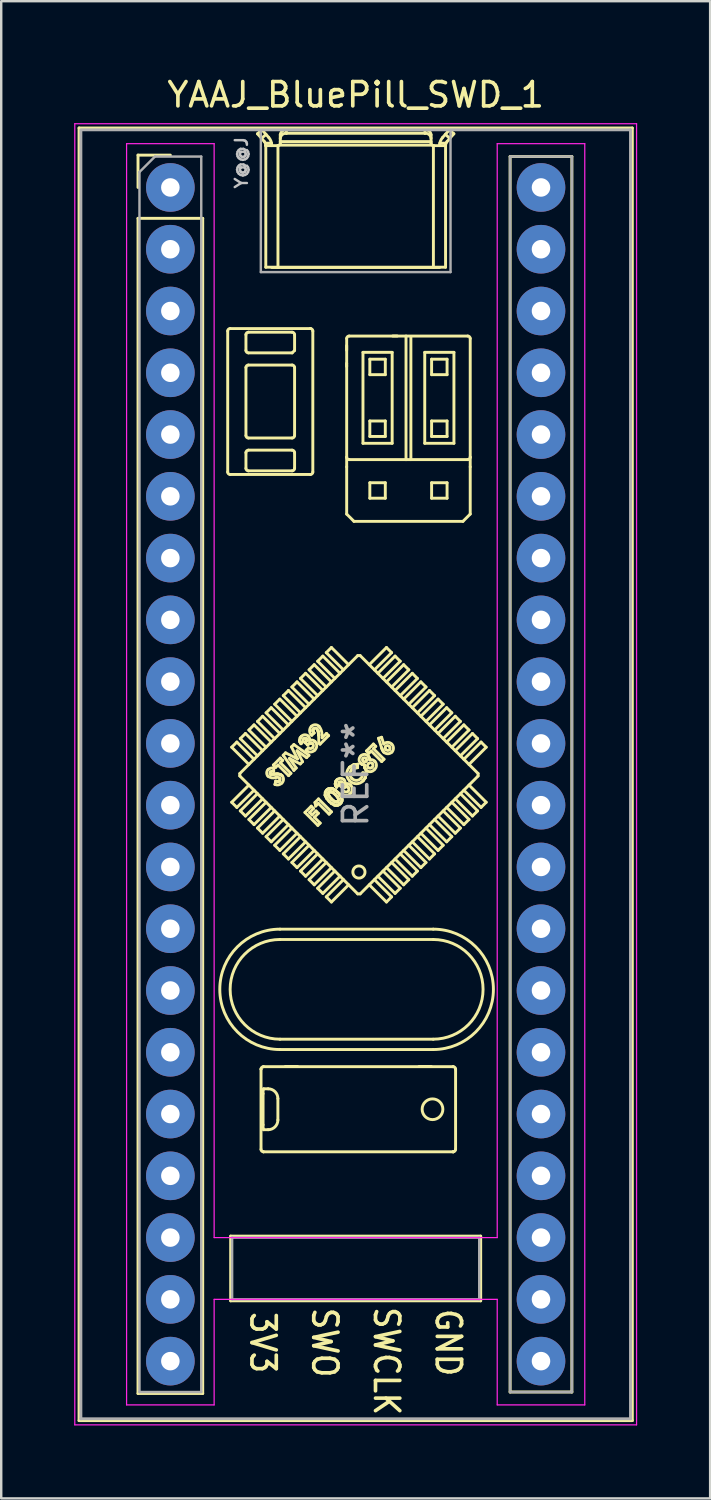
<source format=kicad_pcb>
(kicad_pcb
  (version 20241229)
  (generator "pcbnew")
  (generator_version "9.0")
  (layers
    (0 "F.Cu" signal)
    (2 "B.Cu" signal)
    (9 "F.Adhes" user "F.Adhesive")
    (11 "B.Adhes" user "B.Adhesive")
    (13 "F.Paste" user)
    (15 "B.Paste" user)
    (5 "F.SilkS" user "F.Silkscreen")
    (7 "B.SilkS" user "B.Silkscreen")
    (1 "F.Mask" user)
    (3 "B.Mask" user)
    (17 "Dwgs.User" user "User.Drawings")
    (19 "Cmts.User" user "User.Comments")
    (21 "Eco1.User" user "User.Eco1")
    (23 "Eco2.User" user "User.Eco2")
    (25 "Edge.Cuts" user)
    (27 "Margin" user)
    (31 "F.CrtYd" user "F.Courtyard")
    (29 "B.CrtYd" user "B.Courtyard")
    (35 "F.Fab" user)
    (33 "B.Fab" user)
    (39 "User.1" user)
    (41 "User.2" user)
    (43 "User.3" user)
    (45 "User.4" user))
  (footprint "YAAJ_BluePill_SWD_1"
    (layer "F.Cu")
    (at 3.955 4.658)
    (property "Reference" "YAAJ_BluePill_SWD_1" (at 7.62 -3.81 0) (layer "F.SilkS") (effects (font (size 1 1) (thickness 0.15))))
    (attr through_hole)
    (fp_line (start -3.755 -2.445) (end 18.995 -2.445) (stroke (width 0.12) (type solid)) (layer "F.SilkS"))
    (fp_line (start -3.755 50.705) (end -3.755 -2.445) (stroke (width 0.12) (type solid)) (layer "F.SilkS"))
    (fp_line (start -1.33 -1.33) (end 0 -1.33) (stroke (width 0.12) (type solid)) (layer "F.SilkS"))
    (fp_line (start -1.33 0) (end -1.33 -1.33) (stroke (width 0.12) (type solid)) (layer "F.SilkS"))
    (fp_line (start -1.33 1.27) (end 1.33 1.27) (stroke (width 0.12) (type solid)) (layer "F.SilkS"))
    (fp_line (start -1.33 49.59) (end -1.33 1.27) (stroke (width 0.12) (type solid)) (layer "F.SilkS"))
    (fp_line (start 1.33 1.27) (end 1.33 49.59) (stroke (width 0.12) (type solid)) (layer "F.SilkS"))
    (fp_line (start 1.33 49.59) (end -1.33 49.59) (stroke (width 0.12) (type solid)) (layer "F.SilkS"))
    (fp_line (start 2.358 5.902) (end 2.358 11.702) (stroke (width 0.12) (type solid)) (layer "F.SilkS"))
    (fp_line (start 2.458 11.802) (end 5.758 11.802) (stroke (width 0.12) (type solid)) (layer "F.SilkS"))
    (fp_line (start 2.48 43.12) (end 2.48 45.78) (stroke (width 0.12) (type solid)) (layer "F.SilkS"))
    (fp_line (start 2.48 45.78) (end 12.76 45.78) (stroke (width 0.12) (type solid)) (layer "F.SilkS"))
    (fp_line (start 2.522 23.017) (end 3.229 23.724) (stroke (width 0.12) (type solid)) (layer "F.SilkS"))
    (fp_line (start 2.522 25.28) (end 3.229 24.573) (stroke (width 0.12) (type solid)) (layer "F.SilkS"))
    (fp_line (start 2.734 22.805) (end 2.522 23.017) (stroke (width 0.12) (type solid)) (layer "F.SilkS"))
    (fp_line (start 2.734 22.805) (end 3.441 23.512) (stroke (width 0.12) (type solid)) (layer "F.SilkS"))
    (fp_line (start 2.734 25.492) (end 2.522 25.28) (stroke (width 0.12) (type solid)) (layer "F.SilkS"))
    (fp_line (start 2.734 25.492) (end 3.441 24.785) (stroke (width 0.12) (type solid)) (layer "F.SilkS"))
    (fp_line (start 2.855 24.199) (end 2.855 24.099) (stroke (width 0.12) (type solid)) (layer "F.SilkS"))
    (fp_line (start 2.855 24.199) (end 7.704 29.048) (stroke (width 0.12) (type solid)) (layer "F.SilkS"))
    (fp_line (start 2.875 22.664) (end 3.583 23.371) (stroke (width 0.12) (type solid)) (layer "F.SilkS"))
    (fp_line (start 2.875 25.634) (end 3.583 24.926) (stroke (width 0.12) (type solid)) (layer "F.SilkS"))
    (fp_line (start 3.088 22.452) (end 2.875 22.664) (stroke (width 0.12) (type solid)) (layer "F.SilkS"))
    (fp_line (start 3.088 22.452) (end 3.795 23.159) (stroke (width 0.12) (type solid)) (layer "F.SilkS"))
    (fp_line (start 3.088 25.846) (end 2.875 25.634) (stroke (width 0.12) (type solid)) (layer "F.SilkS"))
    (fp_line (start 3.088 25.846) (end 3.795 25.139) (stroke (width 0.12) (type solid)) (layer "F.SilkS"))
    (fp_line (start 3.108 6.702) (end 3.108 6.052) (stroke (width 0.12) (type solid)) (layer "F.SilkS"))
    (fp_line (start 3.108 10.202) (end 3.108 7.402) (stroke (width 0.12) (type solid)) (layer "F.SilkS"))
    (fp_line (start 3.108 11.552) (end 3.108 10.902) (stroke (width 0.12) (type solid)) (layer "F.SilkS"))
    (fp_line (start 3.208 5.952) (end 5.008 5.952) (stroke (width 0.12) (type solid)) (layer "F.SilkS"))
    (fp_line (start 3.208 7.302) (end 5.008 7.302) (stroke (width 0.12) (type solid)) (layer "F.SilkS"))
    (fp_line (start 3.208 10.802) (end 5.008 10.802) (stroke (width 0.12) (type solid)) (layer "F.SilkS"))
    (fp_line (start 3.229 22.31) (end 3.936 23.017) (stroke (width 0.12) (type solid)) (layer "F.SilkS"))
    (fp_line (start 3.229 25.987) (end 3.936 25.28) (stroke (width 0.12) (type solid)) (layer "F.SilkS"))
    (fp_line (start 3.441 22.098) (end 3.229 22.31) (stroke (width 0.12) (type solid)) (layer "F.SilkS"))
    (fp_line (start 3.441 22.098) (end 4.148 22.805) (stroke (width 0.12) (type solid)) (layer "F.SilkS"))
    (fp_line (start 3.441 26.199) (end 3.229 25.987) (stroke (width 0.12) (type solid)) (layer "F.SilkS"))
    (fp_line (start 3.441 26.199) (end 4.148 25.492) (stroke (width 0.12) (type solid)) (layer "F.SilkS"))
    (fp_line (start 3.583 -2.207) (end 3.861 -1.891) (stroke (width 0.12) (type solid)) (layer "F.SilkS"))
    (fp_line (start 3.583 21.957) (end 4.29 22.664) (stroke (width 0.12) (type solid)) (layer "F.SilkS"))
    (fp_line (start 3.583 26.341) (end 4.29 25.634) (stroke (width 0.12) (type solid)) (layer "F.SilkS"))
    (fp_line (start 3.728 36.253) (end 3.728 39.553) (stroke (width 0.12) (type solid)) (layer "F.SilkS"))
    (fp_line (start 3.728 36.252) (end 3.728 36.253) (stroke (width 0.12) (type solid)) (layer "F.SilkS"))
    (fp_line (start 3.748 -2.02) (end 3.933 -2.182) (stroke (width 0.12) (type solid)) (layer "F.SilkS"))
    (fp_line (start 3.767 -2.37) (end 3.583 -2.207) (stroke (width 0.12) (type solid)) (layer "F.SilkS"))
    (fp_line (start 3.795 21.744) (end 3.583 21.957) (stroke (width 0.12) (type solid)) (layer "F.SilkS"))
    (fp_line (start 3.795 21.744) (end 4.502 22.452) (stroke (width 0.12) (type solid)) (layer "F.SilkS"))
    (fp_line (start 3.795 26.553) (end 3.583 26.341) (stroke (width 0.12) (type solid)) (layer "F.SilkS"))
    (fp_line (start 3.795 26.553) (end 4.502 25.846) (stroke (width 0.12) (type solid)) (layer "F.SilkS"))
    (fp_line (start 3.812 38.544) (end 3.812 37.262) (stroke (width 0.12) (type solid)) (layer "F.SilkS"))
    (fp_line (start 3.827 39.653) (end 3.828 39.653) (stroke (width 0.12) (type solid)) (layer "F.SilkS"))
    (fp_line (start 3.828 36.153) (end 3.827 36.153) (stroke (width 0.12) (type solid)) (layer "F.SilkS"))
    (fp_line (start 3.828 36.153) (end 11.628 36.153) (stroke (width 0.12) (type solid)) (layer "F.SilkS"))
    (fp_line (start 3.828 39.653) (end 11.628 39.653) (stroke (width 0.12) (type solid)) (layer "F.SilkS"))
    (fp_line (start 3.834 38.744) (end 4.021 38.744) (stroke (width 0.12) (type solid)) (layer "F.SilkS"))
    (fp_line (start 3.924 -1.728) (end 3.929 -1.72) (stroke (width 0.12) (type solid)) (layer "F.SilkS"))
    (fp_line (start 3.924 -1.726) (end 3.924 -1.728) (stroke (width 0.12) (type solid)) (layer "F.SilkS"))
    (fp_line (start 3.924 -1.726) (end 3.924 3.28) (stroke (width 0.12) (type solid)) (layer "F.SilkS"))
    (fp_line (start 3.929 -1.72) (end 3.93 -1.72) (stroke (width 0.12) (type solid)) (layer "F.SilkS"))
    (fp_line (start 3.93 -1.72) (end 4.42 -1.72) (stroke (width 0.12) (type solid)) (layer "F.SilkS"))
    (fp_line (start 3.936 21.603) (end 4.643 22.31) (stroke (width 0.12) (type solid)) (layer "F.SilkS"))
    (fp_line (start 3.936 26.694) (end 4.643 25.987) (stroke (width 0.12) (type solid)) (layer "F.SilkS"))
    (fp_line (start 4.021 37.062) (end 3.834 37.062) (stroke (width 0.12) (type solid)) (layer "F.SilkS"))
    (fp_line (start 4.045 -2.055) (end 3.767 -2.37) (stroke (width 0.12) (type solid)) (layer "F.SilkS"))
    (fp_line (start 4.108 24.11) (end 4.126 24.122) (stroke (width 0.12) (type solid)) (layer "F.SilkS"))
    (fp_line (start 4.108 24.11) (end 4.126 24.122) (stroke (width 0.12) (type solid)) (layer "F.SilkS"))
    (fp_line (start 4.126 24.122) (end 4.142 24.127) (stroke (width 0.12) (type solid)) (layer "F.SilkS"))
    (fp_line (start 4.126 24.122) (end 4.142 24.127) (stroke (width 0.12) (type solid)) (layer "F.SilkS"))
    (fp_line (start 4.142 24.127) (end 4.221 24.127) (stroke (width 0.12) (type solid)) (layer "F.SilkS"))
    (fp_line (start 4.142 24.127) (end 4.221 24.127) (stroke (width 0.12) (type solid)) (layer "F.SilkS"))
    (fp_line (start 4.148 21.391) (end 3.936 21.603) (stroke (width 0.12) (type solid)) (layer "F.SilkS"))
    (fp_line (start 4.148 21.391) (end 4.855 22.098) (stroke (width 0.12) (type solid)) (layer "F.SilkS"))
    (fp_line (start 4.148 26.906) (end 3.936 26.694) (stroke (width 0.12) (type solid)) (layer "F.SilkS"))
    (fp_line (start 4.148 26.906) (end 4.855 26.199) (stroke (width 0.12) (type solid)) (layer "F.SilkS"))
    (fp_line (start 4.161 -1.82) (end 3.905 -1.82) (stroke (width 0.12) (type solid)) (layer "F.SilkS"))
    (fp_line (start 4.17 -1.72) (end 4.17 -1.724) (stroke (width 0.12) (type solid)) (layer "F.SilkS"))
    (fp_line (start 4.221 24.127) (end 4.283 24.123) (stroke (width 0.12) (type solid)) (layer "F.SilkS"))
    (fp_line (start 4.221 24.127) (end 4.283 24.123) (stroke (width 0.12) (type solid)) (layer "F.SilkS"))
    (fp_line (start 4.236 23.749) (end 4.522 23.463) (stroke (width 0.12) (type solid)) (layer "F.SilkS"))
    (fp_line (start 4.253 23.874) (end 4.247 24.011) (stroke (width 0.12) (type solid)) (layer "F.SilkS"))
    (fp_line (start 4.283 24.123) (end 4.355 24.118) (stroke (width 0.12) (type solid)) (layer "F.SilkS"))
    (fp_line (start 4.283 24.123) (end 4.355 24.118) (stroke (width 0.12) (type solid)) (layer "F.SilkS"))
    (fp_line (start 4.29 21.249) (end 4.997 21.957) (stroke (width 0.12) (type solid)) (layer "F.SilkS"))
    (fp_line (start 4.29 27.048) (end 4.997 26.341) (stroke (width 0.12) (type solid)) (layer "F.SilkS"))
    (fp_line (start 4.3 24.547) (end 4.334 24.413) (stroke (width 0.12) (type solid)) (layer "F.SilkS"))
    (fp_line (start 4.331 23.844) (end 4.236 23.749) (stroke (width 0.12) (type solid)) (layer "F.SilkS"))
    (fp_line (start 4.334 24.413) (end 4.424 24.424) (stroke (width 0.12) (type solid)) (layer "F.SilkS"))
    (fp_line (start 4.334 24.413) (end 4.424 24.424) (stroke (width 0.12) (type solid)) (layer "F.SilkS"))
    (fp_line (start 4.355 24.118) (end 4.412 24.116) (stroke (width 0.12) (type solid)) (layer "F.SilkS"))
    (fp_line (start 4.355 24.118) (end 4.412 24.116) (stroke (width 0.12) (type solid)) (layer "F.SilkS"))
    (fp_line (start 4.412 24.116) (end 4.518 24.135) (stroke (width 0.12) (type solid)) (layer "F.SilkS"))
    (fp_line (start 4.412 24.116) (end 4.518 24.135) (stroke (width 0.12) (type solid)) (layer "F.SilkS"))
    (fp_line (start 4.42 -1.72) (end 4.424 -1.72) (stroke (width 0.12) (type solid)) (layer "F.SilkS"))
    (fp_line (start 4.421 37.462) (end 4.421 38.344) (stroke (width 0.12) (type solid)) (layer "F.SilkS"))
    (fp_line (start 4.424 -1.72) (end 4.424 3.29) (stroke (width 0.12) (type solid)) (layer "F.SilkS"))
    (fp_line (start 4.424 24.424) (end 4.459 24.415) (stroke (width 0.12) (type solid)) (layer "F.SilkS"))
    (fp_line (start 4.424 24.424) (end 4.459 24.415) (stroke (width 0.12) (type solid)) (layer "F.SilkS"))
    (fp_line (start 4.427 23.749) (end 4.331 23.844) (stroke (width 0.12) (type solid)) (layer "F.SilkS"))
    (fp_line (start 4.459 24.415) (end 4.489 24.394) (stroke (width 0.12) (type solid)) (layer "F.SilkS"))
    (fp_line (start 4.459 24.415) (end 4.489 24.394) (stroke (width 0.12) (type solid)) (layer "F.SilkS"))
    (fp_line (start 4.502 21.037) (end 4.29 21.249) (stroke (width 0.12) (type solid)) (layer "F.SilkS"))
    (fp_line (start 4.502 21.037) (end 5.209 21.744) (stroke (width 0.12) (type solid)) (layer "F.SilkS"))
    (fp_line (start 4.502 27.26) (end 4.29 27.048) (stroke (width 0.12) (type solid)) (layer "F.SilkS"))
    (fp_line (start 4.502 27.26) (end 5.209 26.553) (stroke (width 0.12) (type solid)) (layer "F.SilkS"))
    (fp_line (start 4.508 30.923) (end 10.808 30.923) (stroke (width 0.12) (type solid)) (layer "F.SilkS"))
    (fp_line (start 4.508 35.448) (end 10.808 35.448) (stroke (width 0.12) (type solid)) (layer "F.SilkS"))
    (fp_line (start 4.518 24.135) (end 4.588 24.183) (stroke (width 0.12) (type solid)) (layer "F.SilkS"))
    (fp_line (start 4.518 24.135) (end 4.588 24.183) (stroke (width 0.12) (type solid)) (layer "F.SilkS"))
    (fp_line (start 4.52 -2.165) (end 4.52 -1.82) (stroke (width 0.12) (type solid)) (layer "F.SilkS"))
    (fp_line (start 4.52 -1.885) (end 10.72 -1.885) (stroke (width 0.12) (type solid)) (layer "F.SilkS"))
    (fp_line (start 4.522 23.463) (end 4.617 23.559) (stroke (width 0.12) (type solid)) (layer "F.SilkS"))
    (fp_line (start 4.522 23.654) (end 4.957 24.089) (stroke (width 0.12) (type solid)) (layer "F.SilkS"))
    (fp_line (start 4.617 23.559) (end 4.522 23.654) (stroke (width 0.12) (type solid)) (layer "F.SilkS"))
    (fp_line (start 4.639 23.347) (end 4.737 23.248) (stroke (width 0.12) (type solid)) (layer "F.SilkS"))
    (fp_line (start 4.643 20.896) (end 5.35 21.603) (stroke (width 0.12) (type solid)) (layer "F.SilkS"))
    (fp_line (start 4.643 27.401) (end 5.35 26.694) (stroke (width 0.12) (type solid)) (layer "F.SilkS"))
    (fp_line (start 4.737 23.248) (end 5.228 23.497) (stroke (width 0.12) (type solid)) (layer "F.SilkS"))
    (fp_line (start 4.77 -2.227) (end 4.77 -2.37) (stroke (width 0.12) (type solid)) (layer "F.SilkS"))
    (fp_line (start 4.855 20.684) (end 4.643 20.896) (stroke (width 0.12) (type solid)) (layer "F.SilkS"))
    (fp_line (start 4.855 20.684) (end 5.562 21.391) (stroke (width 0.12) (type solid)) (layer "F.SilkS"))
    (fp_line (start 4.855 27.613) (end 4.643 27.401) (stroke (width 0.12) (type solid)) (layer "F.SilkS"))
    (fp_line (start 4.855 27.613) (end 5.562 26.906) (stroke (width 0.12) (type solid)) (layer "F.SilkS"))
    (fp_line (start 4.862 24.184) (end 4.427 23.749) (stroke (width 0.12) (type solid)) (layer "F.SilkS"))
    (fp_line (start 4.897 23.479) (end 5.176 23.87) (stroke (width 0.12) (type solid)) (layer "F.SilkS"))
    (fp_line (start 4.957 24.089) (end 4.862 24.184) (stroke (width 0.12) (type solid)) (layer "F.SilkS"))
    (fp_line (start 4.98 23.005) (end 5.078 22.907) (stroke (width 0.12) (type solid)) (layer "F.SilkS"))
    (fp_line (start 4.997 20.542) (end 5.704 21.249) (stroke (width 0.12) (type solid)) (layer "F.SilkS"))
    (fp_line (start 4.997 27.755) (end 5.704 27.048) (stroke (width 0.12) (type solid)) (layer "F.SilkS"))
    (fp_line (start 5.008 6.802) (end 3.208 6.802) (stroke (width 0.12) (type solid)) (layer "F.SilkS"))
    (fp_line (start 5.008 6.802) (end 5.108 6.702) (stroke (width 0.12) (type solid)) (layer "F.SilkS"))
    (fp_line (start 5.008 10.302) (end 3.208 10.302) (stroke (width 0.12) (type solid)) (layer "F.SilkS"))
    (fp_line (start 5.008 11.652) (end 3.208 11.652) (stroke (width 0.12) (type solid)) (layer "F.SilkS"))
    (fp_line (start 5.078 22.907) (end 5.698 23.348) (stroke (width 0.12) (type solid)) (layer "F.SilkS"))
    (fp_line (start 5.079 23.967) (end 4.639 23.347) (stroke (width 0.12) (type solid)) (layer "F.SilkS"))
    (fp_line (start 5.108 6.052) (end 5.108 6.702) (stroke (width 0.12) (type solid)) (layer "F.SilkS"))
    (fp_line (start 5.108 7.402) (end 5.108 10.202) (stroke (width 0.12) (type solid)) (layer "F.SilkS"))
    (fp_line (start 5.108 10.902) (end 5.108 11.552) (stroke (width 0.12) (type solid)) (layer "F.SilkS"))
    (fp_line (start 5.176 23.87) (end 5.079 23.967) (stroke (width 0.12) (type solid)) (layer "F.SilkS"))
    (fp_line (start 5.209 20.33) (end 4.997 20.542) (stroke (width 0.12) (type solid)) (layer "F.SilkS"))
    (fp_line (start 5.209 20.33) (end 5.916 21.037) (stroke (width 0.12) (type solid)) (layer "F.SilkS"))
    (fp_line (start 5.209 27.967) (end 4.997 27.755) (stroke (width 0.12) (type solid)) (layer "F.SilkS"))
    (fp_line (start 5.209 27.967) (end 5.916 27.26) (stroke (width 0.12) (type solid)) (layer "F.SilkS"))
    (fp_line (start 5.21 23.166) (end 5.435 23.611) (stroke (width 0.12) (type solid)) (layer "F.SilkS"))
    (fp_line (start 5.228 36.143) (end 4.728 36.143) (stroke (width 0.12) (type solid)) (layer "F.SilkS"))
    (fp_line (start 5.228 23.497) (end 4.98 23.005) (stroke (width 0.12) (type solid)) (layer "F.SilkS"))
    (fp_line (start 5.319 22.738) (end 5.339 22.637) (stroke (width 0.12) (type solid)) (layer "F.SilkS"))
    (fp_line (start 5.319 22.738) (end 5.339 22.637) (stroke (width 0.12) (type solid)) (layer "F.SilkS"))
    (fp_line (start 5.331 22.801) (end 5.319 22.738) (stroke (width 0.12) (type solid)) (layer "F.SilkS"))
    (fp_line (start 5.331 22.801) (end 5.319 22.738) (stroke (width 0.12) (type solid)) (layer "F.SilkS"))
    (fp_line (start 5.339 22.637) (end 5.387 22.571) (stroke (width 0.12) (type solid)) (layer "F.SilkS"))
    (fp_line (start 5.339 22.637) (end 5.387 22.571) (stroke (width 0.12) (type solid)) (layer "F.SilkS"))
    (fp_line (start 5.342 23.704) (end 4.897 23.479) (stroke (width 0.12) (type solid)) (layer "F.SilkS"))
    (fp_line (start 5.35 20.189) (end 6.057 20.896) (stroke (width 0.12) (type solid)) (layer "F.SilkS"))
    (fp_line (start 5.35 28.108) (end 6.057 27.401) (stroke (width 0.12) (type solid)) (layer "F.SilkS"))
    (fp_line (start 5.372 22.872) (end 5.331 22.801) (stroke (width 0.12) (type solid)) (layer "F.SilkS"))
    (fp_line (start 5.372 22.872) (end 5.331 22.801) (stroke (width 0.12) (type solid)) (layer "F.SilkS"))
    (fp_line (start 5.435 23.611) (end 5.342 23.704) (stroke (width 0.12) (type solid)) (layer "F.SilkS"))
    (fp_line (start 5.467 22.777) (end 5.372 22.872) (stroke (width 0.12) (type solid)) (layer "F.SilkS"))
    (fp_line (start 5.535 25.7) (end 5.793 25.442) (stroke (width 0.12) (type solid)) (layer "F.SilkS"))
    (fp_line (start 5.549 22.831) (end 5.6 22.752) (stroke (width 0.12) (type solid)) (layer "F.SilkS"))
    (fp_line (start 5.549 22.831) (end 5.6 22.752) (stroke (width 0.12) (type solid)) (layer "F.SilkS"))
    (fp_line (start 5.562 19.977) (end 5.35 20.189) (stroke (width 0.12) (type solid)) (layer "F.SilkS"))
    (fp_line (start 5.562 19.977) (end 6.27 20.684) (stroke (width 0.12) (type solid)) (layer "F.SilkS"))
    (fp_line (start 5.562 28.321) (end 5.35 28.108) (stroke (width 0.12) (type solid)) (layer "F.SilkS"))
    (fp_line (start 5.562 28.321) (end 6.27 27.613) (stroke (width 0.12) (type solid)) (layer "F.SilkS"))
    (fp_line (start 5.583 23.137) (end 5.678 23.042) (stroke (width 0.12) (type solid)) (layer "F.SilkS"))
    (fp_line (start 5.598 22.683) (end 5.585 22.664) (stroke (width 0.12) (type solid)) (layer "F.SilkS"))
    (fp_line (start 5.598 22.683) (end 5.585 22.664) (stroke (width 0.12) (type solid)) (layer "F.SilkS"))
    (fp_line (start 5.6 22.752) (end 5.605 22.706) (stroke (width 0.12) (type solid)) (layer "F.SilkS"))
    (fp_line (start 5.6 22.752) (end 5.605 22.706) (stroke (width 0.12) (type solid)) (layer "F.SilkS"))
    (fp_line (start 5.602 23.444) (end 5.21 23.166) (stroke (width 0.12) (type solid)) (layer "F.SilkS"))
    (fp_line (start 5.605 22.706) (end 5.598 22.683) (stroke (width 0.12) (type solid)) (layer "F.SilkS"))
    (fp_line (start 5.605 22.706) (end 5.598 22.683) (stroke (width 0.12) (type solid)) (layer "F.SilkS"))
    (fp_line (start 5.637 22.92) (end 5.549 22.831) (stroke (width 0.12) (type solid)) (layer "F.SilkS"))
    (fp_line (start 5.698 23.348) (end 5.602 23.444) (stroke (width 0.12) (type solid)) (layer "F.SilkS"))
    (fp_line (start 5.704 19.835) (end 6.411 20.542) (stroke (width 0.12) (type solid)) (layer "F.SilkS"))
    (fp_line (start 5.704 28.462) (end 6.411 27.755) (stroke (width 0.12) (type solid)) (layer "F.SilkS"))
    (fp_line (start 5.725 25.7) (end 5.827 25.802) (stroke (width 0.12) (type solid)) (layer "F.SilkS"))
    (fp_line (start 5.738 22.854) (end 5.637 22.92) (stroke (width 0.12) (type solid)) (layer "F.SilkS"))
    (fp_line (start 5.738 22.854) (end 5.637 22.92) (stroke (width 0.12) (type solid)) (layer "F.SilkS"))
    (fp_line (start 5.758 5.802) (end 2.458 5.802) (stroke (width 0.12) (type solid)) (layer "F.SilkS"))
    (fp_line (start 5.762 5.802) (end 5.758 5.802) (stroke (width 0.12) (type solid)) (layer "F.SilkS"))
    (fp_line (start 5.793 25.442) (end 5.888 25.537) (stroke (width 0.12) (type solid)) (layer "F.SilkS"))
    (fp_line (start 5.798 22.849) (end 5.738 22.854) (stroke (width 0.12) (type solid)) (layer "F.SilkS"))
    (fp_line (start 5.798 22.849) (end 5.738 22.854) (stroke (width 0.12) (type solid)) (layer "F.SilkS"))
    (fp_line (start 5.827 25.802) (end 5.99 25.639) (stroke (width 0.12) (type solid)) (layer "F.SilkS"))
    (fp_line (start 5.827 22.858) (end 5.798 22.849) (stroke (width 0.12) (type solid)) (layer "F.SilkS"))
    (fp_line (start 5.827 22.858) (end 5.798 22.849) (stroke (width 0.12) (type solid)) (layer "F.SilkS"))
    (fp_line (start 5.852 22.876) (end 5.827 22.858) (stroke (width 0.12) (type solid)) (layer "F.SilkS"))
    (fp_line (start 5.852 22.876) (end 5.827 22.858) (stroke (width 0.12) (type solid)) (layer "F.SilkS"))
    (fp_line (start 5.858 11.702) (end 5.858 5.902) (stroke (width 0.12) (type solid)) (layer "F.SilkS"))
    (fp_line (start 5.862 22.307) (end 5.866 22.36) (stroke (width 0.12) (type solid)) (layer "F.SilkS"))
    (fp_line (start 5.862 22.307) (end 5.866 22.36) (stroke (width 0.12) (type solid)) (layer "F.SilkS"))
    (fp_line (start 5.866 22.36) (end 5.909 22.43) (stroke (width 0.12) (type solid)) (layer "F.SilkS"))
    (fp_line (start 5.866 22.36) (end 5.909 22.43) (stroke (width 0.12) (type solid)) (layer "F.SilkS"))
    (fp_line (start 5.887 22.261) (end 5.862 22.307) (stroke (width 0.12) (type solid)) (layer "F.SilkS"))
    (fp_line (start 5.887 22.261) (end 5.862 22.307) (stroke (width 0.12) (type solid)) (layer "F.SilkS"))
    (fp_line (start 5.888 25.537) (end 5.725 25.7) (stroke (width 0.12) (type solid)) (layer "F.SilkS"))
    (fp_line (start 5.909 22.43) (end 5.814 22.525) (stroke (width 0.12) (type solid)) (layer "F.SilkS"))
    (fp_line (start 5.916 19.623) (end 5.704 19.835) (stroke (width 0.12) (type solid)) (layer "F.SilkS"))
    (fp_line (start 5.916 19.623) (end 6.623 20.33) (stroke (width 0.12) (type solid)) (layer "F.SilkS"))
    (fp_line (start 5.916 28.674) (end 5.704 28.462) (stroke (width 0.12) (type solid)) (layer "F.SilkS"))
    (fp_line (start 5.916 28.674) (end 6.623 27.967) (stroke (width 0.12) (type solid)) (layer "F.SilkS"))
    (fp_line (start 5.922 25.898) (end 6.16 26.136) (stroke (width 0.12) (type solid)) (layer "F.SilkS"))
    (fp_line (start 5.945 25.29) (end 6.092 25.143) (stroke (width 0.12) (type solid)) (layer "F.SilkS"))
    (fp_line (start 5.977 25.435) (end 5.945 25.29) (stroke (width 0.12) (type solid)) (layer "F.SilkS"))
    (fp_line (start 5.99 25.639) (end 6.086 25.734) (stroke (width 0.12) (type solid)) (layer "F.SilkS"))
    (fp_line (start 6.057 19.482) (end 6.765 20.189) (stroke (width 0.12) (type solid)) (layer "F.SilkS"))
    (fp_line (start 6.057 28.815) (end 6.765 28.108) (stroke (width 0.12) (type solid)) (layer "F.SilkS"))
    (fp_line (start 6.065 26.231) (end 5.535 25.7) (stroke (width 0.12) (type solid)) (layer "F.SilkS"))
    (fp_line (start 6.08 22.368) (end 6.027 22.263) (stroke (width 0.12) (type solid)) (layer "F.SilkS"))
    (fp_line (start 6.08 22.368) (end 6.027 22.263) (stroke (width 0.12) (type solid)) (layer "F.SilkS"))
    (fp_line (start 6.086 25.326) (end 5.977 25.435) (stroke (width 0.12) (type solid)) (layer "F.SilkS"))
    (fp_line (start 6.086 25.734) (end 5.922 25.898) (stroke (width 0.12) (type solid)) (layer "F.SilkS"))
    (fp_line (start 6.092 25.143) (end 6.623 25.673) (stroke (width 0.12) (type solid)) (layer "F.SilkS"))
    (fp_line (start 6.095 22.52) (end 6.08 22.368) (stroke (width 0.12) (type solid)) (layer "F.SilkS"))
    (fp_line (start 6.095 22.52) (end 6.08 22.368) (stroke (width 0.12) (type solid)) (layer "F.SilkS"))
    (fp_line (start 6.105 22.844) (end 6.095 22.52) (stroke (width 0.12) (type solid)) (layer "F.SilkS"))
    (fp_line (start 6.154 22.892) (end 6.105 22.844) (stroke (width 0.12) (type solid)) (layer "F.SilkS"))
    (fp_line (start 6.16 26.136) (end 6.065 26.231) (stroke (width 0.12) (type solid)) (layer "F.SilkS"))
    (fp_line (start 6.232 22.51) (end 6.24 22.629) (stroke (width 0.12) (type solid)) (layer "F.SilkS"))
    (fp_line (start 6.24 22.629) (end 6.419 22.45) (stroke (width 0.12) (type solid)) (layer "F.SilkS"))
    (fp_line (start 6.27 19.27) (end 6.057 19.482) (stroke (width 0.12) (type solid)) (layer "F.SilkS"))
    (fp_line (start 6.27 19.27) (end 6.977 19.977) (stroke (width 0.12) (type solid)) (layer "F.SilkS"))
    (fp_line (start 6.27 29.028) (end 6.057 28.815) (stroke (width 0.12) (type solid)) (layer "F.SilkS"))
    (fp_line (start 6.27 29.028) (end 6.977 28.321) (stroke (width 0.12) (type solid)) (layer "F.SilkS"))
    (fp_line (start 6.365 24.988) (end 6.373 24.863) (stroke (width 0.12) (type solid)) (layer "F.SilkS"))
    (fp_line (start 6.365 24.988) (end 6.373 24.863) (stroke (width 0.12) (type solid)) (layer "F.SilkS"))
    (fp_line (start 6.373 24.863) (end 6.427 24.781) (stroke (width 0.12) (type solid)) (layer "F.SilkS"))
    (fp_line (start 6.373 24.863) (end 6.427 24.781) (stroke (width 0.12) (type solid)) (layer "F.SilkS"))
    (fp_line (start 6.411 19.128) (end 7.118 19.835) (stroke (width 0.12) (type solid)) (layer "F.SilkS"))
    (fp_line (start 6.411 29.169) (end 7.118 28.462) (stroke (width 0.12) (type solid)) (layer "F.SilkS"))
    (fp_line (start 6.419 22.45) (end 6.507 22.539) (stroke (width 0.12) (type solid)) (layer "F.SilkS"))
    (fp_line (start 6.421 25.111) (end 6.365 24.988) (stroke (width 0.12) (type solid)) (layer "F.SilkS"))
    (fp_line (start 6.421 25.111) (end 6.365 24.988) (stroke (width 0.12) (type solid)) (layer "F.SilkS"))
    (fp_line (start 6.427 24.781) (end 6.48 24.74) (stroke (width 0.12) (type solid)) (layer "F.SilkS"))
    (fp_line (start 6.427 24.781) (end 6.48 24.74) (stroke (width 0.12) (type solid)) (layer "F.SilkS"))
    (fp_line (start 6.48 24.74) (end 6.541 24.715) (stroke (width 0.12) (type solid)) (layer "F.SilkS"))
    (fp_line (start 6.48 24.74) (end 6.541 24.715) (stroke (width 0.12) (type solid)) (layer "F.SilkS"))
    (fp_line (start 6.496 24.948) (end 6.524 25.024) (stroke (width 0.12) (type solid)) (layer "F.SilkS"))
    (fp_line (start 6.496 24.948) (end 6.524 25.024) (stroke (width 0.12) (type solid)) (layer "F.SilkS"))
    (fp_line (start 6.503 24.908) (end 6.496 24.948) (stroke (width 0.12) (type solid)) (layer "F.SilkS"))
    (fp_line (start 6.503 24.908) (end 6.496 24.948) (stroke (width 0.12) (type solid)) (layer "F.SilkS"))
    (fp_line (start 6.507 22.539) (end 6.154 22.892) (stroke (width 0.12) (type solid)) (layer "F.SilkS"))
    (fp_line (start 6.524 25.024) (end 6.629 25.149) (stroke (width 0.12) (type solid)) (layer "F.SilkS"))
    (fp_line (start 6.524 25.024) (end 6.629 25.149) (stroke (width 0.12) (type solid)) (layer "F.SilkS"))
    (fp_line (start 6.525 24.874) (end 6.503 24.908) (stroke (width 0.12) (type solid)) (layer "F.SilkS"))
    (fp_line (start 6.525 24.874) (end 6.503 24.908) (stroke (width 0.12) (type solid)) (layer "F.SilkS"))
    (fp_line (start 6.528 25.768) (end 6.086 25.326) (stroke (width 0.12) (type solid)) (layer "F.SilkS"))
    (fp_line (start 6.533 25.243) (end 6.421 25.111) (stroke (width 0.12) (type solid)) (layer "F.SilkS"))
    (fp_line (start 6.533 25.243) (end 6.421 25.111) (stroke (width 0.12) (type solid)) (layer "F.SilkS"))
    (fp_line (start 6.541 24.715) (end 6.608 24.71) (stroke (width 0.12) (type solid)) (layer "F.SilkS"))
    (fp_line (start 6.541 24.715) (end 6.608 24.71) (stroke (width 0.12) (type solid)) (layer "F.SilkS"))
    (fp_line (start 6.558 24.852) (end 6.525 24.874) (stroke (width 0.12) (type solid)) (layer "F.SilkS"))
    (fp_line (start 6.558 24.852) (end 6.525 24.874) (stroke (width 0.12) (type solid)) (layer "F.SilkS"))
    (fp_line (start 6.597 24.848) (end 6.558 24.852) (stroke (width 0.12) (type solid)) (layer "F.SilkS"))
    (fp_line (start 6.597 24.848) (end 6.558 24.852) (stroke (width 0.12) (type solid)) (layer "F.SilkS"))
    (fp_line (start 6.608 24.71) (end 6.673 24.725) (stroke (width 0.12) (type solid)) (layer "F.SilkS"))
    (fp_line (start 6.608 24.71) (end 6.673 24.725) (stroke (width 0.12) (type solid)) (layer "F.SilkS"))
    (fp_line (start 6.623 25.673) (end 6.528 25.768) (stroke (width 0.12) (type solid)) (layer "F.SilkS"))
    (fp_line (start 6.623 18.916) (end 6.411 19.128) (stroke (width 0.12) (type solid)) (layer "F.SilkS"))
    (fp_line (start 6.623 18.916) (end 7.33 19.623) (stroke (width 0.12) (type solid)) (layer "F.SilkS"))
    (fp_line (start 6.623 29.381) (end 6.411 29.169) (stroke (width 0.12) (type solid)) (layer "F.SilkS"))
    (fp_line (start 6.623 29.381) (end 7.33 28.674) (stroke (width 0.12) (type solid)) (layer "F.SilkS"))
    (fp_line (start 6.629 25.149) (end 6.749 25.246) (stroke (width 0.12) (type solid)) (layer "F.SilkS"))
    (fp_line (start 6.629 25.149) (end 6.749 25.246) (stroke (width 0.12) (type solid)) (layer "F.SilkS"))
    (fp_line (start 6.631 25.331) (end 6.533 25.243) (stroke (width 0.12) (type solid)) (layer "F.SilkS"))
    (fp_line (start 6.631 25.331) (end 6.533 25.243) (stroke (width 0.12) (type solid)) (layer "F.SilkS"))
    (fp_line (start 6.671 24.873) (end 6.597 24.848) (stroke (width 0.12) (type solid)) (layer "F.SilkS"))
    (fp_line (start 6.671 24.873) (end 6.597 24.848) (stroke (width 0.12) (type solid)) (layer "F.SilkS"))
    (fp_line (start 6.673 24.725) (end 6.788 24.789) (stroke (width 0.12) (type solid)) (layer "F.SilkS"))
    (fp_line (start 6.673 24.725) (end 6.788 24.789) (stroke (width 0.12) (type solid)) (layer "F.SilkS"))
    (fp_line (start 6.746 25.394) (end 6.631 25.331) (stroke (width 0.12) (type solid)) (layer "F.SilkS"))
    (fp_line (start 6.746 25.394) (end 6.631 25.331) (stroke (width 0.12) (type solid)) (layer "F.SilkS"))
    (fp_line (start 6.749 25.246) (end 6.822 25.268) (stroke (width 0.12) (type solid)) (layer "F.SilkS"))
    (fp_line (start 6.749 25.246) (end 6.822 25.268) (stroke (width 0.12) (type solid)) (layer "F.SilkS"))
    (fp_line (start 6.781 24.526) (end 6.801 24.425) (stroke (width 0.12) (type solid)) (layer "F.SilkS"))
    (fp_line (start 6.781 24.526) (end 6.801 24.425) (stroke (width 0.12) (type solid)) (layer "F.SilkS"))
    (fp_line (start 6.788 24.789) (end 6.888 24.878) (stroke (width 0.12) (type solid)) (layer "F.SilkS"))
    (fp_line (start 6.788 24.789) (end 6.888 24.878) (stroke (width 0.12) (type solid)) (layer "F.SilkS"))
    (fp_line (start 6.793 24.973) (end 6.671 24.873) (stroke (width 0.12) (type solid)) (layer "F.SilkS"))
    (fp_line (start 6.793 24.973) (end 6.671 24.873) (stroke (width 0.12) (type solid)) (layer "F.SilkS"))
    (fp_line (start 6.793 24.589) (end 6.781 24.526) (stroke (width 0.12) (type solid)) (layer "F.SilkS"))
    (fp_line (start 6.793 24.589) (end 6.781 24.526) (stroke (width 0.12) (type solid)) (layer "F.SilkS"))
    (fp_line (start 6.801 24.425) (end 6.849 24.359) (stroke (width 0.12) (type solid)) (layer "F.SilkS"))
    (fp_line (start 6.801 24.425) (end 6.849 24.359) (stroke (width 0.12) (type solid)) (layer "F.SilkS"))
    (fp_line (start 6.811 25.407) (end 6.746 25.394) (stroke (width 0.12) (type solid)) (layer "F.SilkS"))
    (fp_line (start 6.811 25.407) (end 6.746 25.394) (stroke (width 0.12) (type solid)) (layer "F.SilkS"))
    (fp_line (start 6.822 25.268) (end 6.86 25.262) (stroke (width 0.12) (type solid)) (layer "F.SilkS"))
    (fp_line (start 6.822 25.268) (end 6.86 25.262) (stroke (width 0.12) (type solid)) (layer "F.SilkS"))
    (fp_line (start 6.834 24.66) (end 6.793 24.589) (stroke (width 0.12) (type solid)) (layer "F.SilkS"))
    (fp_line (start 6.834 24.66) (end 6.793 24.589) (stroke (width 0.12) (type solid)) (layer "F.SilkS"))
    (fp_line (start 6.856 25.043) (end 6.793 24.973) (stroke (width 0.12) (type solid)) (layer "F.SilkS"))
    (fp_line (start 6.856 25.043) (end 6.793 24.973) (stroke (width 0.12) (type solid)) (layer "F.SilkS"))
    (fp_line (start 6.86 25.262) (end 6.892 25.241) (stroke (width 0.12) (type solid)) (layer "F.SilkS"))
    (fp_line (start 6.86 25.262) (end 6.892 25.241) (stroke (width 0.12) (type solid)) (layer "F.SilkS"))
    (fp_line (start 6.876 25.402) (end 6.811 25.407) (stroke (width 0.12) (type solid)) (layer "F.SilkS"))
    (fp_line (start 6.876 25.402) (end 6.811 25.407) (stroke (width 0.12) (type solid)) (layer "F.SilkS"))
    (fp_line (start 6.888 24.878) (end 6.976 24.977) (stroke (width 0.12) (type solid)) (layer "F.SilkS"))
    (fp_line (start 6.888 24.878) (end 6.976 24.977) (stroke (width 0.12) (type solid)) (layer "F.SilkS"))
    (fp_line (start 6.914 25.146) (end 6.856 25.043) (stroke (width 0.12) (type solid)) (layer "F.SilkS"))
    (fp_line (start 6.914 25.146) (end 6.856 25.043) (stroke (width 0.12) (type solid)) (layer "F.SilkS"))
    (fp_line (start 6.929 24.565) (end 6.834 24.66) (stroke (width 0.12) (type solid)) (layer "F.SilkS"))
    (fp_line (start 6.936 25.377) (end 6.876 25.402) (stroke (width 0.12) (type solid)) (layer "F.SilkS"))
    (fp_line (start 6.936 25.377) (end 6.876 25.402) (stroke (width 0.12) (type solid)) (layer "F.SilkS"))
    (fp_line (start 6.976 24.977) (end 7.041 25.092) (stroke (width 0.12) (type solid)) (layer "F.SilkS"))
    (fp_line (start 6.976 24.977) (end 7.041 25.092) (stroke (width 0.12) (type solid)) (layer "F.SilkS"))
    (fp_line (start 6.988 25.335) (end 6.936 25.377) (stroke (width 0.12) (type solid)) (layer "F.SilkS"))
    (fp_line (start 6.988 25.335) (end 6.936 25.377) (stroke (width 0.12) (type solid)) (layer "F.SilkS"))
    (fp_line (start 7.01 24.619) (end 7.062 24.54) (stroke (width 0.12) (type solid)) (layer "F.SilkS"))
    (fp_line (start 7.01 24.619) (end 7.062 24.54) (stroke (width 0.12) (type solid)) (layer "F.SilkS"))
    (fp_line (start 7.029 25.284) (end 6.988 25.335) (stroke (width 0.12) (type solid)) (layer "F.SilkS"))
    (fp_line (start 7.029 25.284) (end 6.988 25.335) (stroke (width 0.12) (type solid)) (layer "F.SilkS"))
    (fp_line (start 7.041 25.092) (end 7.057 25.157) (stroke (width 0.12) (type solid)) (layer "F.SilkS"))
    (fp_line (start 7.041 25.092) (end 7.057 25.157) (stroke (width 0.12) (type solid)) (layer "F.SilkS"))
    (fp_line (start 7.044 24.925) (end 7.14 24.83) (stroke (width 0.12) (type solid)) (layer "F.SilkS"))
    (fp_line (start 7.054 25.223) (end 7.029 25.284) (stroke (width 0.12) (type solid)) (layer "F.SilkS"))
    (fp_line (start 7.054 25.223) (end 7.029 25.284) (stroke (width 0.12) (type solid)) (layer "F.SilkS"))
    (fp_line (start 7.057 25.157) (end 7.054 25.223) (stroke (width 0.12) (type solid)) (layer "F.SilkS"))
    (fp_line (start 7.057 25.157) (end 7.054 25.223) (stroke (width 0.12) (type solid)) (layer "F.SilkS"))
    (fp_line (start 7.06 24.471) (end 7.047 24.452) (stroke (width 0.12) (type solid)) (layer "F.SilkS"))
    (fp_line (start 7.06 24.471) (end 7.047 24.452) (stroke (width 0.12) (type solid)) (layer "F.SilkS"))
    (fp_line (start 7.062 24.54) (end 7.067 24.494) (stroke (width 0.12) (type solid)) (layer "F.SilkS"))
    (fp_line (start 7.062 24.54) (end 7.067 24.494) (stroke (width 0.12) (type solid)) (layer "F.SilkS"))
    (fp_line (start 7.067 24.494) (end 7.06 24.471) (stroke (width 0.12) (type solid)) (layer "F.SilkS"))
    (fp_line (start 7.067 24.494) (end 7.06 24.471) (stroke (width 0.12) (type solid)) (layer "F.SilkS"))
    (fp_line (start 7.099 24.708) (end 7.01 24.619) (stroke (width 0.12) (type solid)) (layer "F.SilkS"))
    (fp_line (start 7.2 24.642) (end 7.099 24.708) (stroke (width 0.12) (type solid)) (layer "F.SilkS"))
    (fp_line (start 7.2 24.642) (end 7.099 24.708) (stroke (width 0.12) (type solid)) (layer "F.SilkS"))
    (fp_line (start 7.249 6.502) (end 7.249 6.691) (stroke (width 0.12) (type solid)) (layer "F.SilkS"))
    (fp_line (start 7.249 7.231) (end 7.249 7.265) (stroke (width 0.12) (type solid)) (layer "F.SilkS"))
    (fp_line (start 7.249 7.315) (end 7.249 7.359) (stroke (width 0.12) (type solid)) (layer "F.SilkS"))
    (fp_line (start 7.25 11.09) (end 7.25 6.21) (stroke (width 0.12) (type solid)) (layer "F.SilkS"))
    (fp_line (start 7.25 11.09) (end 7.25 11.49) (stroke (width 0.12) (type solid)) (layer "F.SilkS"))
    (fp_line (start 7.25 11.49) (end 7.25 13.43) (stroke (width 0.12) (type solid)) (layer "F.SilkS"))
    (fp_line (start 7.25 13.43) (end 7.55 13.73) (stroke (width 0.12) (type solid)) (layer "F.SilkS"))
    (fp_line (start 7.26 24.637) (end 7.2 24.642) (stroke (width 0.12) (type solid)) (layer "F.SilkS"))
    (fp_line (start 7.26 24.637) (end 7.2 24.642) (stroke (width 0.12) (type solid)) (layer "F.SilkS"))
    (fp_line (start 7.289 24.646) (end 7.26 24.637) (stroke (width 0.12) (type solid)) (layer "F.SilkS"))
    (fp_line (start 7.289 24.646) (end 7.26 24.637) (stroke (width 0.12) (type solid)) (layer "F.SilkS"))
    (fp_line (start 7.314 24.664) (end 7.289 24.646) (stroke (width 0.12) (type solid)) (layer "F.SilkS"))
    (fp_line (start 7.314 24.664) (end 7.289 24.646) (stroke (width 0.12) (type solid)) (layer "F.SilkS"))
    (fp_line (start 7.35 6.11) (end 12.23 6.11) (stroke (width 0.12) (type solid)) (layer "F.SilkS"))
    (fp_line (start 7.369 23.839) (end 7.542 23.736) (stroke (width 0.12) (type solid)) (layer "F.SilkS"))
    (fp_line (start 7.369 23.839) (end 7.542 23.736) (stroke (width 0.12) (type solid)) (layer "F.SilkS"))
    (fp_line (start 7.542 23.736) (end 7.701 23.719) (stroke (width 0.12) (type solid)) (layer "F.SilkS"))
    (fp_line (start 7.542 23.736) (end 7.701 23.719) (stroke (width 0.12) (type solid)) (layer "F.SilkS"))
    (fp_line (start 7.55 13.73) (end 12.03 13.73) (stroke (width 0.12) (type solid)) (layer "F.SilkS"))
    (fp_line (start 7.555 23.876) (end 7.46 23.938) (stroke (width 0.12) (type solid)) (layer "F.SilkS"))
    (fp_line (start 7.555 23.876) (end 7.46 23.938) (stroke (width 0.12) (type solid)) (layer "F.SilkS"))
    (fp_line (start 7.698 23.855) (end 7.555 23.876) (stroke (width 0.12) (type solid)) (layer "F.SilkS"))
    (fp_line (start 7.698 23.855) (end 7.555 23.876) (stroke (width 0.12) (type solid)) (layer "F.SilkS"))
    (fp_line (start 7.701 23.719) (end 7.698 23.855) (stroke (width 0.12) (type solid)) (layer "F.SilkS"))
    (fp_line (start 7.704 19.249) (end 2.855 24.099) (stroke (width 0.12) (type solid)) (layer "F.SilkS"))
    (fp_line (start 7.704 29.048) (end 7.804 29.048) (stroke (width 0.12) (type solid)) (layer "F.SilkS"))
    (fp_line (start 7.804 19.249) (end 7.704 19.249) (stroke (width 0.12) (type solid)) (layer "F.SilkS"))
    (fp_line (start 7.886 23.723) (end 7.825 23.68) (stroke (width 0.12) (type solid)) (layer "F.SilkS"))
    (fp_line (start 7.886 23.723) (end 7.825 23.68) (stroke (width 0.12) (type solid)) (layer "F.SilkS"))
    (fp_line (start 7.91 24.068) (end 8.049 24.071) (stroke (width 0.12) (type solid)) (layer "F.SilkS"))
    (fp_line (start 7.92 6.78) (end 9.12 6.78) (stroke (width 0.12) (type solid)) (layer "F.SilkS"))
    (fp_line (start 7.92 10.52) (end 7.92 6.78) (stroke (width 0.12) (type solid)) (layer "F.SilkS"))
    (fp_line (start 7.979 23.746) (end 7.886 23.723) (stroke (width 0.12) (type solid)) (layer "F.SilkS"))
    (fp_line (start 7.979 23.746) (end 7.886 23.723) (stroke (width 0.12) (type solid)) (layer "F.SilkS"))
    (fp_line (start 7.983 23.845) (end 7.979 23.746) (stroke (width 0.12) (type solid)) (layer "F.SilkS"))
    (fp_line (start 7.983 23.845) (end 7.979 23.746) (stroke (width 0.12) (type solid)) (layer "F.SilkS"))
    (fp_line (start 8.016 24.269) (end 7.925 24.398) (stroke (width 0.12) (type solid)) (layer "F.SilkS"))
    (fp_line (start 8.016 24.269) (end 7.925 24.398) (stroke (width 0.12) (type solid)) (layer "F.SilkS"))
    (fp_line (start 8.045 23.954) (end 7.983 23.845) (stroke (width 0.12) (type solid)) (layer "F.SilkS"))
    (fp_line (start 8.045 23.954) (end 7.983 23.845) (stroke (width 0.12) (type solid)) (layer "F.SilkS"))
    (fp_line (start 8.049 24.071) (end 8.016 24.269) (stroke (width 0.12) (type solid)) (layer "F.SilkS"))
    (fp_line (start 8.049 24.071) (end 8.016 24.269) (stroke (width 0.12) (type solid)) (layer "F.SilkS"))
    (fp_line (start 8.064 23.171) (end 8.35 22.886) (stroke (width 0.12) (type solid)) (layer "F.SilkS"))
    (fp_line (start 8.133 23.376) (end 8.182 23.456) (stroke (width 0.12) (type solid)) (layer "F.SilkS"))
    (fp_line (start 8.133 23.376) (end 8.182 23.456) (stroke (width 0.12) (type solid)) (layer "F.SilkS"))
    (fp_line (start 8.159 23.266) (end 8.064 23.171) (stroke (width 0.12) (type solid)) (layer "F.SilkS"))
    (fp_line (start 8.182 23.456) (end 8.196 23.529) (stroke (width 0.12) (type solid)) (layer "F.SilkS"))
    (fp_line (start 8.182 23.456) (end 8.196 23.529) (stroke (width 0.12) (type solid)) (layer "F.SilkS"))
    (fp_line (start 8.202 7.062) (end 8.838 7.062) (stroke (width 0.12) (type solid)) (layer "F.SilkS"))
    (fp_line (start 8.202 7.698) (end 8.202 7.062) (stroke (width 0.12) (type solid)) (layer "F.SilkS"))
    (fp_line (start 8.202 9.602) (end 8.838 9.602) (stroke (width 0.12) (type solid)) (layer "F.SilkS"))
    (fp_line (start 8.202 10.238) (end 8.202 9.602) (stroke (width 0.12) (type solid)) (layer "F.SilkS"))
    (fp_line (start 8.202 12.142) (end 8.838 12.142) (stroke (width 0.12) (type solid)) (layer "F.SilkS"))
    (fp_line (start 8.202 12.778) (end 8.202 12.142) (stroke (width 0.12) (type solid)) (layer "F.SilkS"))
    (fp_line (start 8.255 23.171) (end 8.159 23.266) (stroke (width 0.12) (type solid)) (layer "F.SilkS"))
    (fp_line (start 8.35 22.886) (end 8.445 22.981) (stroke (width 0.12) (type solid)) (layer "F.SilkS"))
    (fp_line (start 8.35 23.076) (end 8.785 23.511) (stroke (width 0.12) (type solid)) (layer "F.SilkS"))
    (fp_line (start 8.445 22.981) (end 8.35 23.076) (stroke (width 0.12) (type solid)) (layer "F.SilkS"))
    (fp_line (start 8.558 22.65) (end 8.685 22.608) (stroke (width 0.12) (type solid)) (layer "F.SilkS"))
    (fp_line (start 8.685 22.608) (end 8.775 22.882) (stroke (width 0.12) (type solid)) (layer "F.SilkS"))
    (fp_line (start 8.688 23.049) (end 8.558 22.65) (stroke (width 0.12) (type solid)) (layer "F.SilkS"))
    (fp_line (start 8.69 23.606) (end 8.255 23.171) (stroke (width 0.12) (type solid)) (layer "F.SilkS"))
    (fp_line (start 8.718 23.127) (end 8.688 23.049) (stroke (width 0.12) (type solid)) (layer "F.SilkS"))
    (fp_line (start 8.718 23.127) (end 8.688 23.049) (stroke (width 0.12) (type solid)) (layer "F.SilkS"))
    (fp_line (start 8.775 23.216) (end 8.718 23.127) (stroke (width 0.12) (type solid)) (layer "F.SilkS"))
    (fp_line (start 8.775 23.216) (end 8.718 23.127) (stroke (width 0.12) (type solid)) (layer "F.SilkS"))
    (fp_line (start 8.785 23.511) (end 8.69 23.606) (stroke (width 0.12) (type solid)) (layer "F.SilkS"))
    (fp_line (start 8.838 7.062) (end 8.838 7.698) (stroke (width 0.12) (type solid)) (layer "F.SilkS"))
    (fp_line (start 8.838 7.698) (end 8.202 7.698) (stroke (width 0.12) (type solid)) (layer "F.SilkS"))
    (fp_line (start 8.838 9.602) (end 8.838 10.238) (stroke (width 0.12) (type solid)) (layer "F.SilkS"))
    (fp_line (start 8.838 10.238) (end 8.202 10.238) (stroke (width 0.12) (type solid)) (layer "F.SilkS"))
    (fp_line (start 8.838 12.142) (end 8.838 12.778) (stroke (width 0.12) (type solid)) (layer "F.SilkS"))
    (fp_line (start 8.838 12.778) (end 8.202 12.778) (stroke (width 0.12) (type solid)) (layer "F.SilkS"))
    (fp_line (start 8.886 18.916) (end 8.179 19.623) (stroke (width 0.12) (type solid)) (layer "F.SilkS"))
    (fp_line (start 8.886 29.381) (end 8.179 28.674) (stroke (width 0.12) (type solid)) (layer "F.SilkS"))
    (fp_line (start 9.098 19.128) (end 8.391 19.835) (stroke (width 0.12) (type solid)) (layer "F.SilkS"))
    (fp_line (start 9.098 19.128) (end 8.886 18.916) (stroke (width 0.12) (type solid)) (layer "F.SilkS"))
    (fp_line (start 9.098 29.169) (end 8.391 28.462) (stroke (width 0.12) (type solid)) (layer "F.SilkS"))
    (fp_line (start 9.098 29.169) (end 8.886 29.381) (stroke (width 0.12) (type solid)) (layer "F.SilkS"))
    (fp_line (start 9.12 6.78) (end 9.12 10.52) (stroke (width 0.12) (type solid)) (layer "F.SilkS"))
    (fp_line (start 9.12 10.52) (end 7.92 10.52) (stroke (width 0.12) (type solid)) (layer "F.SilkS"))
    (fp_line (start 9.239 19.27) (end 8.532 19.977) (stroke (width 0.12) (type solid)) (layer "F.SilkS"))
    (fp_line (start 9.239 29.028) (end 8.532 28.321) (stroke (width 0.12) (type solid)) (layer "F.SilkS"))
    (fp_line (start 9.331 6.109) (end 9.142 6.109) (stroke (width 0.12) (type solid)) (layer "F.SilkS"))
    (fp_line (start 9.452 19.482) (end 8.744 20.189) (stroke (width 0.12) (type solid)) (layer "F.SilkS"))
    (fp_line (start 9.452 19.482) (end 9.239 19.27) (stroke (width 0.12) (type solid)) (layer "F.SilkS"))
    (fp_line (start 9.452 28.815) (end 8.744 28.108) (stroke (width 0.12) (type solid)) (layer "F.SilkS"))
    (fp_line (start 9.452 28.815) (end 9.239 29.028) (stroke (width 0.12) (type solid)) (layer "F.SilkS"))
    (fp_line (start 9.593 19.623) (end 8.886 20.33) (stroke (width 0.12) (type solid)) (layer "F.SilkS"))
    (fp_line (start 9.593 28.674) (end 8.886 27.967) (stroke (width 0.12) (type solid)) (layer "F.SilkS"))
    (fp_line (start 9.69 11.19) (end 7.35 11.19) (stroke (width 0.12) (type solid)) (layer "F.SilkS"))
    (fp_line (start 9.69 11.19) (end 9.69 6.11) (stroke (width 0.12) (type solid)) (layer "F.SilkS"))
    (fp_line (start 9.805 19.835) (end 9.098 20.542) (stroke (width 0.12) (type solid)) (layer "F.SilkS"))
    (fp_line (start 9.805 19.835) (end 9.593 19.623) (stroke (width 0.12) (type solid)) (layer "F.SilkS"))
    (fp_line (start 9.805 28.462) (end 9.098 27.755) (stroke (width 0.12) (type solid)) (layer "F.SilkS"))
    (fp_line (start 9.805 28.462) (end 9.593 28.674) (stroke (width 0.12) (type solid)) (layer "F.SilkS"))
    (fp_line (start 9.89 6.16) (end 9.89 11.19) (stroke (width 0.12) (type solid)) (layer "F.SilkS"))
    (fp_line (start 9.947 19.977) (end 9.239 20.684) (stroke (width 0.12) (type solid)) (layer "F.SilkS"))
    (fp_line (start 9.947 28.321) (end 9.239 27.613) (stroke (width 0.12) (type solid)) (layer "F.SilkS"))
    (fp_line (start 10.159 20.189) (end 9.452 20.896) (stroke (width 0.12) (type solid)) (layer "F.SilkS"))
    (fp_line (start 10.159 20.189) (end 9.947 19.977) (stroke (width 0.12) (type solid)) (layer "F.SilkS"))
    (fp_line (start 10.159 28.108) (end 9.452 27.401) (stroke (width 0.12) (type solid)) (layer "F.SilkS"))
    (fp_line (start 10.159 28.108) (end 9.947 28.321) (stroke (width 0.12) (type solid)) (layer "F.SilkS"))
    (fp_line (start 10.228 36.143) (end 10.728 36.143) (stroke (width 0.12) (type solid)) (layer "F.SilkS"))
    (fp_line (start 10.3 20.33) (end 9.593 21.037) (stroke (width 0.12) (type solid)) (layer "F.SilkS"))
    (fp_line (start 10.3 27.967) (end 9.593 27.26) (stroke (width 0.12) (type solid)) (layer "F.SilkS"))
    (fp_line (start 10.46 6.78) (end 11.66 6.78) (stroke (width 0.12) (type solid)) (layer "F.SilkS"))
    (fp_line (start 10.46 10.52) (end 10.46 6.78) (stroke (width 0.12) (type solid)) (layer "F.SilkS"))
    (fp_line (start 10.47 -2.37) (end 4.77 -2.37) (stroke (width 0.12) (type solid)) (layer "F.SilkS"))
    (fp_line (start 10.47 -2.227) (end 4.77 -2.227) (stroke (width 0.12) (type solid)) (layer "F.SilkS"))
    (fp_line (start 10.47 -2.227) (end 10.47 -2.37) (stroke (width 0.12) (type solid)) (layer "F.SilkS"))
    (fp_line (start 10.512 20.542) (end 9.805 21.249) (stroke (width 0.12) (type solid)) (layer "F.SilkS"))
    (fp_line (start 10.512 20.542) (end 10.3 20.33) (stroke (width 0.12) (type solid)) (layer "F.SilkS"))
    (fp_line (start 10.512 27.755) (end 9.805 27.048) (stroke (width 0.12) (type solid)) (layer "F.SilkS"))
    (fp_line (start 10.512 27.755) (end 10.3 27.967) (stroke (width 0.12) (type solid)) (layer "F.SilkS"))
    (fp_line (start 10.654 20.684) (end 9.947 21.391) (stroke (width 0.12) (type solid)) (layer "F.SilkS"))
    (fp_line (start 10.654 27.613) (end 9.947 26.906) (stroke (width 0.12) (type solid)) (layer "F.SilkS"))
    (fp_line (start 10.72 -2.165) (end 10.72 -1.82) (stroke (width 0.12) (type solid)) (layer "F.SilkS"))
    (fp_line (start 10.742 7.062) (end 11.378 7.062) (stroke (width 0.12) (type solid)) (layer "F.SilkS"))
    (fp_line (start 10.742 7.698) (end 10.742 7.062) (stroke (width 0.12) (type solid)) (layer "F.SilkS"))
    (fp_line (start 10.742 9.602) (end 11.378 9.602) (stroke (width 0.12) (type solid)) (layer "F.SilkS"))
    (fp_line (start 10.742 10.238) (end 10.742 9.602) (stroke (width 0.12) (type solid)) (layer "F.SilkS"))
    (fp_line (start 10.742 12.142) (end 11.378 12.142) (stroke (width 0.12) (type solid)) (layer "F.SilkS"))
    (fp_line (start 10.742 12.778) (end 10.742 12.142) (stroke (width 0.12) (type solid)) (layer "F.SilkS"))
    (fp_line (start 10.758 -1.741) (end 4.482 -1.741) (stroke (width 0.12) (type solid)) (layer "F.SilkS"))
    (fp_line (start 10.808 30.498) (end 4.508 30.498) (stroke (width 0.12) (type solid)) (layer "F.SilkS"))
    (fp_line (start 10.808 35.023) (end 4.508 35.023) (stroke (width 0.12) (type solid)) (layer "F.SilkS"))
    (fp_line (start 10.816 -1.72) (end 10.816 3.29) (stroke (width 0.12) (type solid)) (layer "F.SilkS"))
    (fp_line (start 10.82 -1.72) (end 10.816 -1.72) (stroke (width 0.12) (type solid)) (layer "F.SilkS"))
    (fp_line (start 10.866 20.896) (end 10.159 21.603) (stroke (width 0.12) (type solid)) (layer "F.SilkS"))
    (fp_line (start 10.866 20.896) (end 10.654 20.684) (stroke (width 0.12) (type solid)) (layer "F.SilkS"))
    (fp_line (start 10.866 27.401) (end 10.159 26.694) (stroke (width 0.12) (type solid)) (layer "F.SilkS"))
    (fp_line (start 10.866 27.401) (end 10.654 27.613) (stroke (width 0.12) (type solid)) (layer "F.SilkS"))
    (fp_line (start 11.007 21.037) (end 10.3 21.744) (stroke (width 0.12) (type solid)) (layer "F.SilkS"))
    (fp_line (start 11.007 27.26) (end 10.3 26.553) (stroke (width 0.12) (type solid)) (layer "F.SilkS"))
    (fp_line (start 11.07 -1.72) (end 11.07 -1.724) (stroke (width 0.12) (type solid)) (layer "F.SilkS"))
    (fp_line (start 11.07 3.29) (end 4.17 3.29) (stroke (width 0.12) (type solid)) (layer "F.SilkS"))
    (fp_line (start 11.079 -1.82) (end 11.335 -1.82) (stroke (width 0.12) (type solid)) (layer "F.SilkS"))
    (fp_line (start 11.195 -2.055) (end 11.473 -2.37) (stroke (width 0.12) (type solid)) (layer "F.SilkS"))
    (fp_line (start 11.219 21.249) (end 10.512 21.957) (stroke (width 0.12) (type solid)) (layer "F.SilkS"))
    (fp_line (start 11.219 21.249) (end 11.007 21.037) (stroke (width 0.12) (type solid)) (layer "F.SilkS"))
    (fp_line (start 11.219 27.048) (end 10.512 26.341) (stroke (width 0.12) (type solid)) (layer "F.SilkS"))
    (fp_line (start 11.219 27.048) (end 11.007 27.26) (stroke (width 0.12) (type solid)) (layer "F.SilkS"))
    (fp_line (start 11.31 -1.72) (end 10.82 -1.72) (stroke (width 0.12) (type solid)) (layer "F.SilkS"))
    (fp_line (start 11.311 -1.72) (end 11.31 -1.72) (stroke (width 0.12) (type solid)) (layer "F.SilkS"))
    (fp_line (start 11.316 -1.726) (end 11.316 3.28) (stroke (width 0.12) (type solid)) (layer "F.SilkS"))
    (fp_line (start 11.316 -1.726) (end 11.316 -1.728) (stroke (width 0.12) (type solid)) (layer "F.SilkS"))
    (fp_line (start 11.316 3.28) (end 3.924 3.28) (stroke (width 0.12) (type solid)) (layer "F.SilkS"))
    (fp_line (start 11.316 -1.728) (end 11.311 -1.72) (stroke (width 0.12) (type solid)) (layer "F.SilkS"))
    (fp_line (start 11.361 21.391) (end 10.654 22.098) (stroke (width 0.12) (type solid)) (layer "F.SilkS"))
    (fp_line (start 11.361 26.906) (end 10.654 26.199) (stroke (width 0.12) (type solid)) (layer "F.SilkS"))
    (fp_line (start 11.378 7.062) (end 11.378 7.698) (stroke (width 0.12) (type solid)) (layer "F.SilkS"))
    (fp_line (start 11.378 7.698) (end 10.742 7.698) (stroke (width 0.12) (type solid)) (layer "F.SilkS"))
    (fp_line (start 11.378 9.602) (end 11.378 10.238) (stroke (width 0.12) (type solid)) (layer "F.SilkS"))
    (fp_line (start 11.378 10.238) (end 10.742 10.238) (stroke (width 0.12) (type solid)) (layer "F.SilkS"))
    (fp_line (start 11.378 12.142) (end 11.378 12.778) (stroke (width 0.12) (type solid)) (layer "F.SilkS"))
    (fp_line (start 11.378 12.778) (end 10.742 12.778) (stroke (width 0.12) (type solid)) (layer "F.SilkS"))
    (fp_line (start 11.473 -2.37) (end 11.657 -2.207) (stroke (width 0.12) (type solid)) (layer "F.SilkS"))
    (fp_line (start 11.492 -2.02) (end 11.307 -2.182) (stroke (width 0.12) (type solid)) (layer "F.SilkS"))
    (fp_line (start 11.573 21.603) (end 10.866 22.31) (stroke (width 0.12) (type solid)) (layer "F.SilkS"))
    (fp_line (start 11.573 21.603) (end 11.361 21.391) (stroke (width 0.12) (type solid)) (layer "F.SilkS"))
    (fp_line (start 11.573 26.694) (end 10.866 25.987) (stroke (width 0.12) (type solid)) (layer "F.SilkS"))
    (fp_line (start 11.573 26.694) (end 11.361 26.906) (stroke (width 0.12) (type solid)) (layer "F.SilkS"))
    (fp_line (start 11.628 39.653) (end 11.628 39.653) (stroke (width 0.12) (type solid)) (layer "F.SilkS"))
    (fp_line (start 11.628 36.153) (end 11.628 36.153) (stroke (width 0.12) (type solid)) (layer "F.SilkS"))
    (fp_line (start 11.629 39.653) (end 11.628 39.653) (stroke (width 0.12) (type solid)) (layer "F.SilkS"))
    (fp_line (start 11.657 -2.207) (end 11.379 -1.891) (stroke (width 0.12) (type solid)) (layer "F.SilkS"))
    (fp_line (start 11.66 6.78) (end 11.66 10.52) (stroke (width 0.12) (type solid)) (layer "F.SilkS"))
    (fp_line (start 11.66 10.52) (end 10.46 10.52) (stroke (width 0.12) (type solid)) (layer "F.SilkS"))
    (fp_line (start 11.714 21.744) (end 11.007 22.452) (stroke (width 0.12) (type solid)) (layer "F.SilkS"))
    (fp_line (start 11.714 26.553) (end 11.007 25.846) (stroke (width 0.12) (type solid)) (layer "F.SilkS"))
    (fp_line (start 11.728 36.253) (end 11.728 36.252) (stroke (width 0.12) (type solid)) (layer "F.SilkS"))
    (fp_line (start 11.728 36.253) (end 11.728 39.553) (stroke (width 0.12) (type solid)) (layer "F.SilkS"))
    (fp_line (start 11.926 21.957) (end 11.219 22.664) (stroke (width 0.12) (type solid)) (layer "F.SilkS"))
    (fp_line (start 11.926 21.957) (end 11.714 21.744) (stroke (width 0.12) (type solid)) (layer "F.SilkS"))
    (fp_line (start 11.926 26.341) (end 11.219 25.634) (stroke (width 0.12) (type solid)) (layer "F.SilkS"))
    (fp_line (start 11.926 26.341) (end 11.714 26.553) (stroke (width 0.12) (type solid)) (layer "F.SilkS"))
    (fp_line (start 12.03 13.73) (end 12.33 13.43) (stroke (width 0.12) (type solid)) (layer "F.SilkS"))
    (fp_line (start 12.068 22.098) (end 11.361 22.805) (stroke (width 0.12) (type solid)) (layer "F.SilkS"))
    (fp_line (start 12.068 26.199) (end 11.361 25.492) (stroke (width 0.12) (type solid)) (layer "F.SilkS"))
    (fp_line (start 12.23 11.19) (end 9.69 11.19) (stroke (width 0.12) (type solid)) (layer "F.SilkS"))
    (fp_line (start 12.28 22.31) (end 11.573 23.017) (stroke (width 0.12) (type solid)) (layer "F.SilkS"))
    (fp_line (start 12.28 22.31) (end 12.068 22.098) (stroke (width 0.12) (type solid)) (layer "F.SilkS"))
    (fp_line (start 12.28 25.987) (end 11.573 25.28) (stroke (width 0.12) (type solid)) (layer "F.SilkS"))
    (fp_line (start 12.28 25.987) (end 12.068 26.199) (stroke (width 0.12) (type solid)) (layer "F.SilkS"))
    (fp_line (start 12.33 6.21) (end 12.33 11.09) (stroke (width 0.12) (type solid)) (layer "F.SilkS"))
    (fp_line (start 12.33 11.49) (end 12.33 11.09) (stroke (width 0.12) (type solid)) (layer "F.SilkS"))
    (fp_line (start 12.33 13.43) (end 12.33 11.49) (stroke (width 0.12) (type solid)) (layer "F.SilkS"))
    (fp_line (start 12.421 22.452) (end 11.714 23.159) (stroke (width 0.12) (type solid)) (layer "F.SilkS"))
    (fp_line (start 12.421 25.846) (end 11.714 25.139) (stroke (width 0.12) (type solid)) (layer "F.SilkS"))
    (fp_line (start 12.634 22.664) (end 11.926 23.371) (stroke (width 0.12) (type solid)) (layer "F.SilkS"))
    (fp_line (start 12.634 22.664) (end 12.421 22.452) (stroke (width 0.12) (type solid)) (layer "F.SilkS"))
    (fp_line (start 12.634 25.634) (end 11.926 24.926) (stroke (width 0.12) (type solid)) (layer "F.SilkS"))
    (fp_line (start 12.634 25.634) (end 12.421 25.846) (stroke (width 0.12) (type solid)) (layer "F.SilkS"))
    (fp_line (start 12.654 24.099) (end 7.804 19.249) (stroke (width 0.12) (type solid)) (layer "F.SilkS"))
    (fp_line (start 12.654 24.099) (end 12.654 24.199) (stroke (width 0.12) (type solid)) (layer "F.SilkS"))
    (fp_line (start 12.654 24.199) (end 7.804 29.048) (stroke (width 0.12) (type solid)) (layer "F.SilkS"))
    (fp_line (start 12.76 43.12) (end 2.48 43.12) (stroke (width 0.12) (type solid)) (layer "F.SilkS"))
    (fp_line (start 12.76 45.78) (end 12.76 43.12) (stroke (width 0.12) (type solid)) (layer "F.SilkS"))
    (fp_line (start 12.775 22.805) (end 12.068 23.512) (stroke (width 0.12) (type solid)) (layer "F.SilkS"))
    (fp_line (start 12.775 25.492) (end 12.068 24.785) (stroke (width 0.12) (type solid)) (layer "F.SilkS"))
    (fp_line (start 12.987 23.017) (end 12.28 23.724) (stroke (width 0.12) (type solid)) (layer "F.SilkS"))
    (fp_line (start 12.987 23.017) (end 12.775 22.805) (stroke (width 0.12) (type solid)) (layer "F.SilkS"))
    (fp_line (start 12.987 25.28) (end 12.28 24.573) (stroke (width 0.12) (type solid)) (layer "F.SilkS"))
    (fp_line (start 12.987 25.28) (end 12.775 25.492) (stroke (width 0.12) (type solid)) (layer "F.SilkS"))
    (fp_line (start 13.97 -1.27) (end 16.51 -1.27) (stroke (width 0.12) (type solid)) (layer "F.SilkS"))
    (fp_line (start 13.97 49.53) (end 13.97 -1.27) (stroke (width 0.12) (type solid)) (layer "F.SilkS"))
    (fp_line (start 16.51 -1.27) (end 16.51 49.53) (stroke (width 0.12) (type solid)) (layer "F.SilkS"))
    (fp_line (start 16.51 49.53) (end 13.97 49.53) (stroke (width 0.12) (type solid)) (layer "F.SilkS"))
    (fp_line (start 18.995 -2.445) (end 18.995 50.705) (stroke (width 0.12) (type solid)) (layer "F.SilkS"))
    (fp_line (start 18.995 50.705) (end -3.755 50.705) (stroke (width 0.12) (type solid)) (layer "F.SilkS"))
    (fp_arc (start 2.357533 5.902277) (mid 2.386822 5.831566) (end 2.457533 5.802277) (stroke (width 0.12) (type solid)) (layer "F.SilkS"))
    (fp_arc (start 2.457533 11.802277) (mid 2.386822 11.772988) (end 2.357533 11.702277) (stroke (width 0.12) (type solid)) (layer "F.SilkS"))
    (fp_arc (start 3.107533 6.052277) (mid 3.136822 5.981566) (end 3.207533 5.952277) (stroke (width 0.12) (type solid)) (layer "F.SilkS"))
    (fp_arc (start 3.107533 7.402277) (mid 3.136822 7.331566) (end 3.207533 7.302277) (stroke (width 0.12) (type solid)) (layer "F.SilkS"))
    (fp_arc (start 3.107533 10.902277) (mid 3.136822 10.831566) (end 3.207533 10.802277) (stroke (width 0.12) (type solid)) (layer "F.SilkS"))
    (fp_arc (start 3.207533 6.802277) (mid 3.136822 6.772988) (end 3.107533 6.702277) (stroke (width 0.12) (type solid)) (layer "F.SilkS"))
    (fp_arc (start 3.207533 10.302277) (mid 3.136822 10.272988) (end 3.107533 10.202277) (stroke (width 0.12) (type solid)) (layer "F.SilkS"))
    (fp_arc (start 3.207533 11.652277) (mid 3.136822 11.622988) (end 3.107533 11.552277) (stroke (width 0.12) (type solid)) (layer "F.SilkS"))
    (fp_arc (start 3.72772 36.252189) (mid 3.757008 36.182098) (end 3.8271 36.152811) (stroke (width 0.12) (type solid)) (layer "F.SilkS"))
    (fp_arc (start 3.8118 37.261767) (mid 3.81207 37.160544) (end 3.834188 37.061767) (stroke (width 0.12) (type solid)) (layer "F.SilkS"))
    (fp_arc (start 3.827099 39.652807) (mid 3.757007 39.62352) (end 3.72772 39.553428) (stroke (width 0.12) (type solid)) (layer "F.SilkS"))
    (fp_arc (start 3.834188 38.743851) (mid 3.811626 38.645124) (end 3.8118 38.543851) (stroke (width 0.12) (type solid)) (layer "F.SilkS"))
    (fp_arc (start 3.861166 -1.890847) (mid 3.906942 -1.815275) (end 3.923572 -1.7285) (stroke (width 0.12) (type solid)) (layer "F.SilkS"))
    (fp_arc (start 4.017252 24.209874) (mid 3.962135 24.072061) (end 4.021927 23.93621) (stroke (width 0.12) (type solid)) (layer "F.SilkS"))
    (fp_arc (start 4.020774 37.061767) (mid 4.303617 37.178924) (end 4.420774 37.461767) (stroke (width 0.12) (type solid)) (layer "F.SilkS"))
    (fp_arc (start 4.021927 23.936211) (mid 4.129813 23.87714) (end 4.252778 23.874275) (stroke (width 0.12) (type solid)) (layer "F.SilkS"))
    (fp_arc (start 4.045142 -2.054759) (mid 4.137736 -1.900883) (end 4.169988 -1.724215) (stroke (width 0.12) (type solid)) (layer "F.SilkS"))
    (fp_arc (start 4.107872 24.110119) (mid 4.095938 24.069602) (end 4.116052 24.03246) (stroke (width 0.12) (type solid)) (layer "F.SilkS"))
    (fp_arc (start 4.116052 24.032461) (mid 4.17852 24.0044) (end 4.246722 24.010576) (stroke (width 0.12) (type solid)) (layer "F.SilkS"))
    (fp_arc (start 4.337023 24.262355) (mid 4.170811 24.274665) (end 4.017253 24.209874) (stroke (width 0.12) (type solid)) (layer "F.SilkS"))
    (fp_arc (start 4.337023 24.262355) (mid 4.420042 24.256695) (end 4.49882 24.283496) (stroke (width 0.12) (type solid)) (layer "F.SilkS"))
    (fp_arc (start 4.420774 38.343851) (mid 4.303617 38.626694) (end 4.020774 38.743851) (stroke (width 0.12) (type solid)) (layer "F.SilkS"))
    (fp_arc (start 4.49882 24.283497) (mid 4.51644 24.341016) (end 4.488515 24.3943) (stroke (width 0.12) (type solid)) (layer "F.SilkS"))
    (fp_arc (start 4.50795 35.022588) (mid 2.45795 32.972588) (end 4.50795 30.922588) (stroke (width 0.12) (type solid)) (layer "F.SilkS"))
    (fp_arc (start 4.50795 35.447588) (mid 2.03295 32.972588) (end 4.50795 30.497588) (stroke (width 0.12) (type solid)) (layer "F.SilkS"))
    (fp_arc (start 4.519999 -2.165212) (mid 4.603178 -2.318661) (end 4.77 -2.37) (stroke (width 0.12) (type solid)) (layer "F.SilkS"))
    (fp_arc (start 4.52 -2.021818) (mid 4.603179 -2.175266) (end 4.77 -2.226605) (stroke (width 0.12) (type solid)) (layer "F.SilkS"))
    (fp_arc (start 4.52 -1.819999) (mid 4.491968 -1.750569) (end 4.423589 -1.720064) (stroke (width 0.12) (type solid)) (layer "F.SilkS"))
    (fp_arc (start 4.580198 24.492993) (mid 4.448648 24.563858) (end 4.300159 24.547174) (stroke (width 0.12) (type solid)) (layer "F.SilkS"))
    (fp_arc (start 4.588483 24.182785) (mid 4.651909 24.339694) (end 4.580197 24.492993) (stroke (width 0.12) (type solid)) (layer "F.SilkS"))
    (fp_arc (start 5.007533 5.952277) (mid 5.078244 5.981566) (end 5.107533 6.052277) (stroke (width 0.12) (type solid)) (layer "F.SilkS"))
    (fp_arc (start 5.007533 7.302277) (mid 5.078244 7.331566) (end 5.107533 7.402277) (stroke (width 0.12) (type solid)) (layer "F.SilkS"))
    (fp_arc (start 5.007533 10.802277) (mid 5.078244 10.831566) (end 5.107533 10.902277) (stroke (width 0.12) (type solid)) (layer "F.SilkS"))
    (fp_arc (start 5.107533 10.202277) (mid 5.078244 10.272988) (end 5.007533 10.302277) (stroke (width 0.12) (type solid)) (layer "F.SilkS"))
    (fp_arc (start 5.107533 11.552277) (mid 5.078244 11.622988) (end 5.007533 11.652277) (stroke (width 0.12) (type solid)) (layer "F.SilkS"))
    (fp_arc (start 5.386846 22.57129) (mid 5.528527 22.506431) (end 5.674003 22.56226) (stroke (width 0.12) (type solid)) (layer "F.SilkS"))
    (fp_arc (start 5.466949 22.776751) (mid 5.455984 22.719536) (end 5.481397 22.667115) (stroke (width 0.12) (type solid)) (layer "F.SilkS"))
    (fp_arc (start 5.481397 22.667116) (mid 5.532347 22.642773) (end 5.584871 22.663503) (stroke (width 0.12) (type solid)) (layer "F.SilkS"))
    (fp_arc (start 5.674003 22.562261) (mid 5.720712 22.647432) (end 5.71416 22.744349) (stroke (width 0.12) (type solid)) (layer "F.SilkS"))
    (fp_arc (start 5.714161 22.744349) (mid 5.837497 22.723047) (end 5.947986 22.78185) (stroke (width 0.12) (type solid)) (layer "F.SilkS"))
    (fp_arc (start 5.757533 5.802277) (mid 5.828244 5.831566) (end 5.857533 5.902277) (stroke (width 0.12) (type solid)) (layer "F.SilkS"))
    (fp_arc (start 5.797342 22.160794) (mid 5.956409 22.093933) (end 6.11552 22.160688) (stroke (width 0.12) (type solid)) (layer "F.SilkS"))
    (fp_arc (start 5.813703 22.525184) (mid 5.726668 22.346529) (end 5.797343 22.160794) (stroke (width 0.12) (type solid)) (layer "F.SilkS"))
    (fp_arc (start 5.845786 23.037029) (mid 5.76275 23.073739) (end 5.677721 23.041916) (stroke (width 0.12) (type solid)) (layer "F.SilkS"))
    (fp_arc (start 5.851842 22.876082) (mid 5.883258 22.957851) (end 5.845786 23.037029) (stroke (width 0.12) (type solid)) (layer "F.SilkS"))
    (fp_arc (start 5.857533 11.702277) (mid 5.828244 11.772988) (end 5.757533 11.802277) (stroke (width 0.12) (type solid)) (layer "F.SilkS"))
    (fp_arc (start 5.887113 22.2614) (mid 5.957324 22.231449) (end 6.027025 22.262569) (stroke (width 0.12) (type solid)) (layer "F.SilkS"))
    (fp_arc (start 5.935769 23.137421) (mid 5.759084 23.212559) (end 5.582534 23.137103) (stroke (width 0.12) (type solid)) (layer "F.SilkS"))
    (fp_arc (start 5.947986 22.781851) (mid 6.01763 22.962239) (end 5.935768 23.137422) (stroke (width 0.12) (type solid)) (layer "F.SilkS"))
    (fp_arc (start 6.11552 22.160688) (mid 6.20628 22.324572) (end 6.232273 22.510098) (stroke (width 0.12) (type solid)) (layer "F.SilkS"))
    (fp_arc (start 6.848655 24.359455) (mid 6.990335 24.294596) (end 7.13581 24.350425) (stroke (width 0.12) (type solid)) (layer "F.SilkS"))
    (fp_arc (start 6.913776 25.146132) (mid 6.91642 25.196496) (end 6.892105 25.240682) (stroke (width 0.12) (type solid)) (layer "F.SilkS"))
    (fp_arc (start 6.928756 24.564915) (mid 6.917791 24.5077) (end 6.943204 24.455279) (stroke (width 0.12) (type solid)) (layer "F.SilkS"))
    (fp_arc (start 6.943204 24.45528) (mid 6.994154 24.430937) (end 7.046678 24.451667) (stroke (width 0.12) (type solid)) (layer "F.SilkS"))
    (fp_arc (start 7.13581 24.350425) (mid 7.182519 24.435596) (end 7.175967 24.532513) (stroke (width 0.12) (type solid)) (layer "F.SilkS"))
    (fp_arc (start 7.175968 24.532513) (mid 7.299304 24.511211) (end 7.409793 24.570014) (stroke (width 0.12) (type solid)) (layer "F.SilkS"))
    (fp_arc (start 7.25 6.21) (mid 7.279289 6.139289) (end 7.35 6.11) (stroke (width 0.12) (type solid)) (layer "F.SilkS"))
    (fp_arc (start 7.307593 24.825193) (mid 7.224557 24.861903) (end 7.139528 24.83008) (stroke (width 0.12) (type solid)) (layer "F.SilkS"))
    (fp_arc (start 7.313649 24.664245) (mid 7.345065 24.746015) (end 7.307594 24.825193) (stroke (width 0.12) (type solid)) (layer "F.SilkS"))
    (fp_arc (start 7.35 11.19) (mid 7.279289 11.160711) (end 7.25 11.09) (stroke (width 0.12) (type solid)) (layer "F.SilkS"))
    (fp_arc (start 7.369849 24.394087) (mid 7.251577 24.116931) (end 7.368786 23.839323) (stroke (width 0.12) (type solid)) (layer "F.SilkS"))
    (fp_arc (start 7.397575 24.925586) (mid 7.22089 25.000723) (end 7.044341 24.925267) (stroke (width 0.12) (type solid)) (layer "F.SilkS"))
    (fp_arc (start 7.409792 24.570015) (mid 7.479437 24.750403) (end 7.397576 24.925586) (stroke (width 0.12) (type solid)) (layer "F.SilkS"))
    (fp_arc (start 7.464823 24.298688) (mid 7.386132 24.119427) (end 7.460255 23.938229) (stroke (width 0.12) (type solid)) (layer "F.SilkS"))
    (fp_arc (start 7.825282 23.680076) (mid 7.762069 23.527793) (end 7.830381 23.377728) (stroke (width 0.12) (type solid)) (layer "F.SilkS"))
    (fp_arc (start 7.829213 24.303574) (mid 7.645956 24.380309) (end 7.464823 24.298688) (stroke (width 0.12) (type solid)) (layer "F.SilkS"))
    (fp_arc (start 7.830381 23.377727) (mid 7.981098 23.311641) (end 8.132729 23.375603) (stroke (width 0.12) (type solid)) (layer "F.SilkS"))
    (fp_arc (start 7.910483 24.068049) (mid 7.896394 24.194971) (end 7.829213 24.303574) (stroke (width 0.12) (type solid)) (layer "F.SilkS"))
    (fp_arc (start 7.923231 23.475253) (mid 7.982694 23.449034) (end 8.042109 23.475359) (stroke (width 0.12) (type solid)) (layer "F.SilkS"))
    (fp_arc (start 7.924825 24.398337) (mid 7.646408 24.517431) (end 7.369848 24.394088) (stroke (width 0.12) (type solid)) (layer "F.SilkS"))
    (fp_arc (start 7.927268 23.591688) (mid 7.900044 23.534344) (end 7.923231 23.475252) (stroke (width 0.12) (type solid)) (layer "F.SilkS"))
    (fp_arc (start 8.042109 23.475359) (mid 8.070939 23.53444) (end 8.047421 23.59583) (stroke (width 0.12) (type solid)) (layer "F.SilkS"))
    (fp_arc (start 8.047421 23.595831) (mid 7.98646 23.619416) (end 7.927268 23.591687) (stroke (width 0.12) (type solid)) (layer "F.SilkS"))
    (fp_arc (start 8.131454 23.850265) (mid 8.104123 23.767406) (end 8.143884 23.689743) (stroke (width 0.12) (type solid)) (layer "F.SilkS"))
    (fp_arc (start 8.143884 23.689744) (mid 8.222166 23.652226) (end 8.303556 23.682413) (stroke (width 0.12) (type solid)) (layer "F.SilkS"))
    (fp_arc (start 8.195515 23.529327) (mid 8.30862 23.534642) (end 8.405224 23.593706) (stroke (width 0.12) (type solid)) (layer "F.SilkS"))
    (fp_arc (start 8.292295 23.840491) (mid 8.213961 23.879712) (end 8.131454 23.850265) (stroke (width 0.12) (type solid)) (layer "F.SilkS"))
    (fp_arc (start 8.303557 23.682413) (mid 8.333073 23.763957) (end 8.292295 23.840492) (stroke (width 0.12) (type solid)) (layer "F.SilkS"))
    (fp_arc (start 8.388438 23.934722) (mid 8.221107 24.023496) (end 8.044872 23.954058) (stroke (width 0.12) (type solid)) (layer "F.SilkS"))
    (fp_arc (start 8.405224 23.593706) (mid 8.472727 23.76795) (end 8.388439 23.934723) (stroke (width 0.12) (type solid)) (layer "F.SilkS"))
    (fp_arc (start 8.774607 22.882243) (mid 8.940309 22.817112) (end 9.102557 22.890423) (stroke (width 0.12) (type solid)) (layer "F.SilkS"))
    (fp_arc (start 8.858427 22.9752) (mid 8.931263 22.946833) (end 9.001952 22.980193) (stroke (width 0.12) (type solid)) (layer "F.SilkS"))
    (fp_arc (start 8.865971 23.116174) (mid 8.832414 23.047281) (end 8.858427 22.9752) (stroke (width 0.12) (type solid)) (layer "F.SilkS"))
    (fp_arc (start 9.001952 22.980192) (mid 9.035513 23.050985) (end 9.008326 23.124461) (stroke (width 0.12) (type solid)) (layer "F.SilkS"))
    (fp_arc (start 9.008326 23.124461) (mid 8.935425 23.149916) (end 8.86597 23.116175) (stroke (width 0.12) (type solid)) (layer "F.SilkS"))
    (fp_arc (start 9.102558 22.890423) (mid 9.172721 23.053553) (end 9.105319 23.217843) (stroke (width 0.12) (type solid)) (layer "F.SilkS"))
    (fp_arc (start 9.10532 23.217843) (mid 8.940014 23.28533) (end 8.775457 23.216037) (stroke (width 0.12) (type solid)) (layer "F.SilkS"))
    (fp_arc (start 10.47 -2.369999) (mid 10.636821 -2.318659) (end 10.719999 -2.165211) (stroke (width 0.12) (type solid)) (layer "F.SilkS"))
    (fp_arc (start 10.47 -2.226605) (mid 10.636821 -2.175265) (end 10.719999 -2.021817) (stroke (width 0.12) (type solid)) (layer "F.SilkS"))
    (fp_arc (start 10.80795 30.497588) (mid 13.28295 32.972588) (end 10.80795 35.447588) (stroke (width 0.12) (type solid)) (layer "F.SilkS"))
    (fp_arc (start 10.80795 30.922588) (mid 12.85795 32.972588) (end 10.80795 35.022588) (stroke (width 0.12) (type solid)) (layer "F.SilkS"))
    (fp_arc (start 10.81641 -1.720063) (mid 10.74803 -1.750569) (end 10.719999 -1.82) (stroke (width 0.12) (type solid)) (layer "F.SilkS"))
    (fp_arc (start 11.070011 -1.724215) (mid 11.102263 -1.900883) (end 11.194857 -2.054759) (stroke (width 0.12) (type solid)) (layer "F.SilkS"))
    (fp_arc (start 11.316427 -1.7285) (mid 11.333056 -1.815276) (end 11.378833 -1.890847) (stroke (width 0.12) (type solid)) (layer "F.SilkS"))
    (fp_arc (start 11.628337 36.15281) (mid 11.698429 36.182098) (end 11.727717 36.25219) (stroke (width 0.12) (type solid)) (layer "F.SilkS"))
    (fp_arc (start 11.727716 39.553428) (mid 11.698429 39.62352) (end 11.628337 39.652807) (stroke (width 0.12) (type solid)) (layer "F.SilkS"))
    (fp_arc (start 12.23 6.11) (mid 12.300711 6.139289) (end 12.33 6.21) (stroke (width 0.12) (type solid)) (layer "F.SilkS"))
    (fp_arc (start 12.329999 11.09) (mid 12.30071 11.16071) (end 12.23 11.189999) (stroke (width 0.12) (type solid)) (layer "F.SilkS"))
    (fp_circle (center 7.754 28.149) (end 8.004 28.149) (stroke (width 0.12) (type solid)) (fill no) (layer "F.SilkS"))
    (fp_circle (center 10.779 37.903) (end 11.205 37.903) (stroke (width 0.12) (type solid)) (fill no) (layer "F.SilkS"))
    (fp_line (start -3.93 -2.62) (end 19.17 -2.62) (stroke (width 0.05) (type solid)) (layer "F.CrtYd"))
    (fp_line (start -3.93 50.88) (end -3.93 -2.62) (stroke (width 0.05) (type solid)) (layer "F.CrtYd"))
    (fp_line (start -1.8 -1.8) (end -1.8 50.06) (stroke (width 0.05) (type solid)) (layer "F.CrtYd"))
    (fp_line (start -1.8 50.06) (end 1.8 50.06) (stroke (width 0.05) (type solid)) (layer "F.CrtYd"))
    (fp_line (start 1.8 -1.8) (end -1.8 -1.8) (stroke (width 0.05) (type solid)) (layer "F.CrtYd"))
    (fp_line (start 1.8 -1.8) (end 1.8 43.18) (stroke (width 0.05) (type solid)) (layer "F.CrtYd"))
    (fp_line (start 1.8 43.18) (end 13.44 43.18) (stroke (width 0.05) (type solid)) (layer "F.CrtYd"))
    (fp_line (start 1.8 45.72) (end 1.8 50.06) (stroke (width 0.05) (type solid)) (layer "F.CrtYd"))
    (fp_line (start 13.44 -1.8) (end 13.44 43.18) (stroke (width 0.05) (type solid)) (layer "F.CrtYd"))
    (fp_line (start 13.44 -1.8) (end 17.04 -1.8) (stroke (width 0.05) (type solid)) (layer "F.CrtYd"))
    (fp_line (start 13.44 45.72) (end 1.8 45.72) (stroke (width 0.05) (type solid)) (layer "F.CrtYd"))
    (fp_line (start 13.44 45.72) (end 13.44 50.06) (stroke (width 0.05) (type solid)) (layer "F.CrtYd"))
    (fp_line (start 17.04 -1.8) (end 17.04 50.06) (stroke (width 0.05) (type solid)) (layer "F.CrtYd"))
    (fp_line (start 17.04 50.06) (end 13.44 50.06) (stroke (width 0.05) (type solid)) (layer "F.CrtYd"))
    (fp_line (start 19.17 -2.62) (end 19.17 50.88) (stroke (width 0.05) (type solid)) (layer "F.CrtYd"))
    (fp_line (start 19.17 50.88) (end -3.93 50.88) (stroke (width 0.05) (type solid)) (layer "F.CrtYd"))
    (fp_line (start -3.68 -2.37) (end 18.92 -2.37) (stroke (width 0.12) (type solid)) (layer "F.Fab"))
    (fp_line (start -3.68 50.63) (end -3.68 -2.32) (stroke (width 0.12) (type solid)) (layer "F.Fab"))
    (fp_line (start -3.68 50.63) (end 18.92 50.63) (stroke (width 0.12) (type solid)) (layer "F.Fab"))
    (fp_line (start -1.27 -0.635) (end -0.635 -1.27) (stroke (width 0.1) (type solid)) (layer "F.Fab"))
    (fp_line (start -1.27 49.53) (end -1.27 -0.635) (stroke (width 0.1) (type solid)) (layer "F.Fab"))
    (fp_line (start -0.635 -1.27) (end 1.27 -1.27) (stroke (width 0.1) (type solid)) (layer "F.Fab"))
    (fp_line (start 1.27 -1.27) (end 1.27 49.53) (stroke (width 0.1) (type solid)) (layer "F.Fab"))
    (fp_line (start 1.27 49.53) (end -1.27 49.53) (stroke (width 0.1) (type solid)) (layer "F.Fab"))
    (fp_line (start 2.54 43.18) (end 12.7 43.18) (stroke (width 0.1) (type solid)) (layer "F.Fab"))
    (fp_line (start 2.54 45.72) (end 2.54 43.18) (stroke (width 0.1) (type solid)) (layer "F.Fab"))
    (fp_line (start 3.72 3.48) (end 3.72 -2.32) (stroke (width 0.1) (type solid)) (layer "F.Fab"))
    (fp_line (start 3.72 3.48) (end 11.52 3.48) (stroke (width 0.1) (type solid)) (layer "F.Fab"))
    (fp_line (start 11.52 3.48) (end 11.52 -2.32) (stroke (width 0.1) (type solid)) (layer "F.Fab"))
    (fp_line (start 12.7 43.18) (end 12.7 45.72) (stroke (width 0.1) (type solid)) (layer "F.Fab"))
    (fp_line (start 12.7 45.72) (end 2.54 45.72) (stroke (width 0.1) (type solid)) (layer "F.Fab"))
    (fp_line (start 13.97 -1.27) (end 16.51 -1.27) (stroke (width 0.1) (type solid)) (layer "F.Fab"))
    (fp_line (start 13.97 49.53) (end 13.97 -1.27) (stroke (width 0.1) (type solid)) (layer "F.Fab"))
    (fp_line (start 16.51 -1.27) (end 16.51 49.53) (stroke (width 0.1) (type solid)) (layer "F.Fab"))
    (fp_line (start 16.51 49.53) (end 13.97 49.53) (stroke (width 0.1) (type solid)) (layer "F.Fab"))
    (fp_line (start 18.92 -2.37) (end 18.92 50.63) (stroke (width 0.12) (type solid)) (layer "F.Fab"))
    (fp_text user "GND" (at 11.43 47.498 270) (unlocked yes) (layer "F.SilkS") (effects (font (size 1 0.9) (thickness 0.15))))
    (fp_text user "SWCLK" (at 8.89 48.26 270) (unlocked yes) (layer "F.SilkS") (effects (font (size 1 0.9) (thickness 0.15))))
    (fp_text user "SWO" (at 6.35 47.498 270) (unlocked yes) (layer "F.SilkS") (effects (font (size 1 0.9) (thickness 0.15))))
    (fp_text user "3V3" (at 3.81 47.498 270) (unlocked yes) (layer "F.SilkS") (effects (font (size 1 0.9) (thickness 0.15))))
    (fp_text user "Y@@J" (at 2.921 -1.016 90) (unlocked yes) (layer "Dwgs.User") (effects (font (size 0.5 0.5) (thickness 0.1))))
    (fp_text user "REF**" (at 7.62 24.13 90) (layer "F.Fab") (effects (font (size 1 1) (thickness 0.15))))
    (pad "1" thru_hole circle (at 0 0) (size 2 2) (drill 0.762) (layers "*.Cu" "*.Mask"))
    (pad "2" thru_hole circle (at 0 2.54) (size 2 2) (drill 0.762) (layers "*.Cu" "*.Mask"))
    (pad "3" thru_hole circle (at 0 5.08) (size 2 2) (drill 0.762) (layers "*.Cu" "*.Mask"))
    (pad "4" thru_hole circle (at 0 7.62) (size 2 2) (drill 0.762) (layers "*.Cu" "*.Mask"))
    (pad "5" thru_hole circle (at 0 10.16) (size 2 2) (drill 0.762) (layers "*.Cu" "*.Mask"))
    (pad "6" thru_hole circle (at 0 12.7) (size 2 2) (drill 0.762) (layers "*.Cu" "*.Mask"))
    (pad "7" thru_hole circle (at 0 15.24) (size 2 2) (drill 0.762) (layers "*.Cu" "*.Mask"))
    (pad "8" thru_hole circle (at 0 17.78) (size 2 2) (drill 0.762) (layers "*.Cu" "*.Mask"))
    (pad "9" thru_hole circle (at 0 20.32) (size 2 2) (drill 0.762) (layers "*.Cu" "*.Mask"))
    (pad "10" thru_hole circle (at 0 22.86) (size 2 2) (drill 0.762) (layers "*.Cu" "*.Mask"))
    (pad "11" thru_hole circle (at 0 25.4) (size 2 2) (drill 0.762) (layers "*.Cu" "*.Mask"))
    (pad "12" thru_hole circle (at 0 27.94) (size 2 2) (drill 0.762) (layers "*.Cu" "*.Mask"))
    (pad "13" thru_hole circle (at 0 30.48) (size 2 2) (drill 0.762) (layers "*.Cu" "*.Mask"))
    (pad "14" thru_hole circle (at 0 33.02) (size 2 2) (drill 0.762) (layers "*.Cu" "*.Mask"))
    (pad "15" thru_hole circle (at 0 35.56) (size 2 2) (drill 0.762) (layers "*.Cu" "*.Mask"))
    (pad "16" thru_hole circle (at 0 38.1) (size 2 2) (drill 0.762) (layers "*.Cu" "*.Mask"))
    (pad "17" thru_hole circle (at 0 40.64) (size 2 2) (drill 0.762) (layers "*.Cu" "*.Mask"))
    (pad "18" thru_hole circle (at 0 43.18) (size 2 2) (drill 0.762) (layers "*.Cu" "*.Mask"))
    (pad "19" thru_hole circle (at 0 45.72) (size 2 2) (drill 0.762) (layers "*.Cu" "*.Mask"))
    (pad "20" thru_hole circle (at 0 48.26) (size 2 2) (drill 0.762) (layers "*.Cu" "*.Mask"))
    (pad "21" thru_hole circle (at 15.24 48.26) (size 2 2) (drill 0.762) (layers "*.Cu" "*.Mask"))
    (pad "22" thru_hole circle (at 15.24 45.72) (size 2 2) (drill 0.762) (layers "*.Cu" "*.Mask"))
    (pad "23" thru_hole circle (at 15.24 43.18) (size 2 2) (drill 0.762) (layers "*.Cu" "*.Mask"))
    (pad "24" thru_hole circle (at 15.24 40.64) (size 2 2) (drill 0.762) (layers "*.Cu" "*.Mask"))
    (pad "25" thru_hole circle (at 15.24 38.1) (size 2 2) (drill 0.762) (layers "*.Cu" "*.Mask"))
    (pad "26" thru_hole circle (at 15.24 35.56) (size 2 2) (drill 0.762) (layers "*.Cu" "*.Mask"))
    (pad "27" thru_hole circle (at 15.24 33.02) (size 2 2) (drill 0.762) (layers "*.Cu" "*.Mask"))
    (pad "28" thru_hole circle (at 15.24 30.48) (size 2 2) (drill 0.762) (layers "*.Cu" "*.Mask"))
    (pad "29" thru_hole circle (at 15.24 27.94) (size 2 2) (drill 0.762) (layers "*.Cu" "*.Mask"))
    (pad "30" thru_hole circle (at 15.24 25.4) (size 2 2) (drill 0.762) (layers "*.Cu" "*.Mask"))
    (pad "31" thru_hole circle (at 15.24 22.86) (size 2 2) (drill 0.762) (layers "*.Cu" "*.Mask"))
    (pad "32" thru_hole circle (at 15.24 20.32) (size 2 2) (drill 0.762) (layers "*.Cu" "*.Mask"))
    (pad "33" thru_hole circle (at 15.24 17.78) (size 2 2) (drill 0.762) (layers "*.Cu" "*.Mask"))
    (pad "34" thru_hole circle (at 15.24 15.24) (size 2 2) (drill 0.762) (layers "*.Cu" "*.Mask"))
    (pad "35" thru_hole circle (at 15.24 12.7) (size 2 2) (drill 0.762) (layers "*.Cu" "*.Mask"))
    (pad "36" thru_hole circle (at 15.24 10.16) (size 2 2) (drill 0.762) (layers "*.Cu" "*.Mask"))
    (pad "37" thru_hole circle (at 15.24 7.62) (size 2 2) (drill 0.762) (layers "*.Cu" "*.Mask"))
    (pad "38" thru_hole circle (at 15.24 5.08) (size 2 2) (drill 0.762) (layers "*.Cu" "*.Mask"))
    (pad "39" thru_hole circle (at 15.24 2.54) (size 2 2) (drill 0.762) (layers "*.Cu" "*.Mask"))
    (pad "40" thru_hole circle (at 15.24 0) (size 2 2) (drill 0.762) (layers "*.Cu" "*.Mask")))
  (gr_rect
    (start -3 -3)
    (end 26.15 58.563)
    (stroke (width 0.1) (type default))
    (fill no)
    (layer "Edge.Cuts")))
</source>
